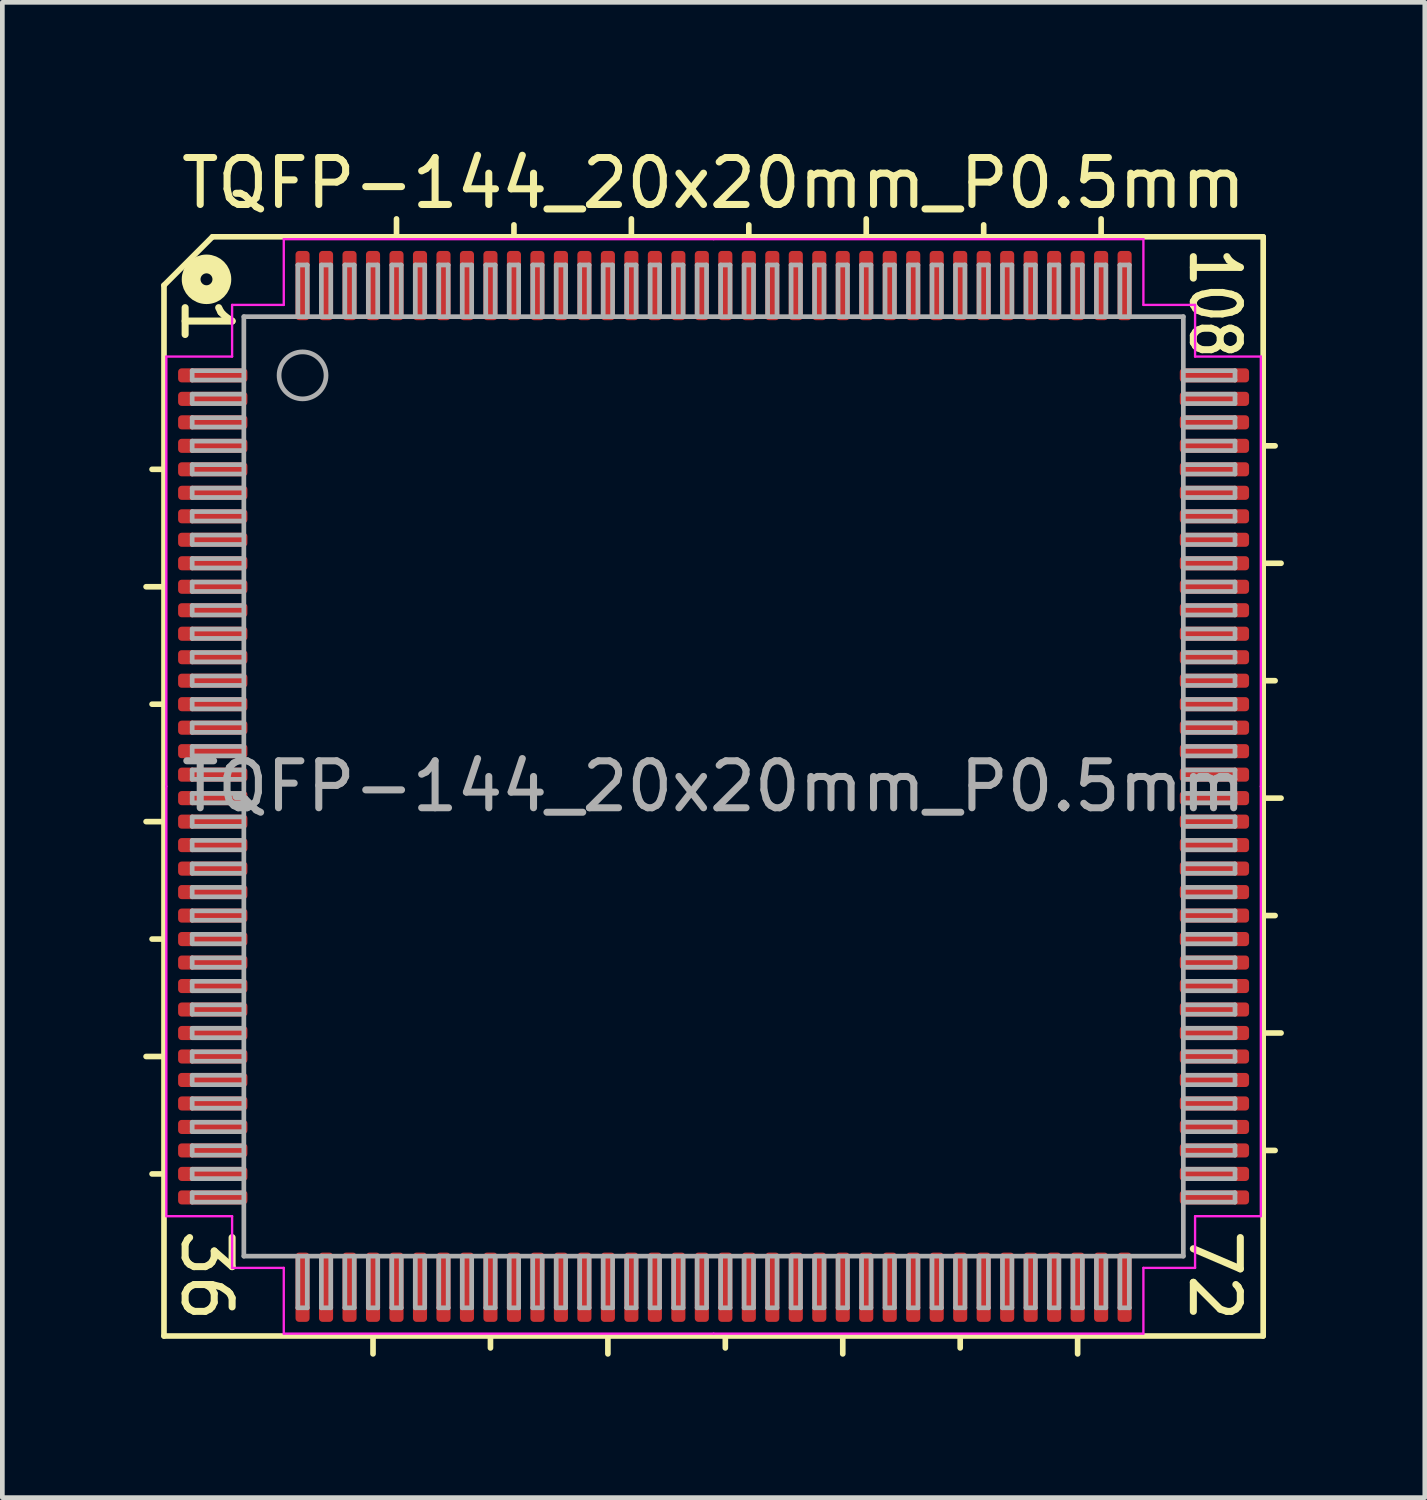
<source format=kicad_pcb>
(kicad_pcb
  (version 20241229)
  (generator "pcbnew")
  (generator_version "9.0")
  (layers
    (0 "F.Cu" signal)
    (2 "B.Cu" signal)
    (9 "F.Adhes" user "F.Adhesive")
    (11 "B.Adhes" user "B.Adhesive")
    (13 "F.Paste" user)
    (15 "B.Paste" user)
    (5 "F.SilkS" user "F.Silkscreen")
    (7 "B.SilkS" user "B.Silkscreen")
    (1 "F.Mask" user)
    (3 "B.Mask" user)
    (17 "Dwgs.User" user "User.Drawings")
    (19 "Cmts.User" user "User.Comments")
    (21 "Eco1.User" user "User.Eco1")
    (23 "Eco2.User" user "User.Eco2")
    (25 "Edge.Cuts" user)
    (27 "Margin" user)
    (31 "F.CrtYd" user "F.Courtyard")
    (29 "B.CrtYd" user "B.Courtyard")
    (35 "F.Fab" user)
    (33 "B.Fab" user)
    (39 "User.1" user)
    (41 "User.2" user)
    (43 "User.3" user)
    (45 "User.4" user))
  (footprint "TQFP-144_20x20mm_P0.5mm"
    (layer "F.Cu")
    (at 12.141 13.691)
    (property "Reference" "TQFP-144_20x20mm_P0.5mm" (at 0 -12.843 0) (layer "F.SilkS") (effects (font (size 1 1) (thickness 0.15))))
    (attr smd)
    (fp_line (start -11.7 -10.668) (end -11.7 11.7) (stroke (width 0.12) (type solid)) (layer "F.SilkS"))
    (fp_line (start -11.7 -6.75) (end -11.954 -6.75) (stroke (width 0.12) (type solid)) (layer "F.SilkS"))
    (fp_line (start -11.7 -4.25) (end -12.081 -4.25) (stroke (width 0.12) (type solid)) (layer "F.SilkS"))
    (fp_line (start -11.7 -1.75) (end -11.954 -1.75) (stroke (width 0.12) (type solid)) (layer "F.SilkS"))
    (fp_line (start -11.7 0.75) (end -12.081 0.75) (stroke (width 0.12) (type solid)) (layer "F.SilkS"))
    (fp_line (start -11.7 3.25) (end -11.954 3.25) (stroke (width 0.12) (type solid)) (layer "F.SilkS"))
    (fp_line (start -11.7 5.75) (end -12.081 5.75) (stroke (width 0.12) (type solid)) (layer "F.SilkS"))
    (fp_line (start -11.7 8.25) (end -11.954 8.25) (stroke (width 0.12) (type solid)) (layer "F.SilkS"))
    (fp_line (start -11.7 11.7) (end 11.7 11.7) (stroke (width 0.12) (type solid)) (layer "F.SilkS"))
    (fp_line (start -10.668 -11.7) (end -11.7 -10.668) (stroke (width 0.12) (type solid)) (layer "F.SilkS"))
    (fp_line (start -7.25 11.7) (end -7.25 12.081) (stroke (width 0.12) (type solid)) (layer "F.SilkS"))
    (fp_line (start -6.75 -11.7) (end -6.75 -12.081) (stroke (width 0.12) (type solid)) (layer "F.SilkS"))
    (fp_line (start -4.75 11.7) (end -4.75 11.954) (stroke (width 0.12) (type solid)) (layer "F.SilkS"))
    (fp_line (start -4.25 -11.7) (end -4.25 -11.954) (stroke (width 0.12) (type solid)) (layer "F.SilkS"))
    (fp_line (start -2.25 11.7) (end -2.25 12.081) (stroke (width 0.12) (type solid)) (layer "F.SilkS"))
    (fp_line (start -1.75 -11.7) (end -1.75 -12.081) (stroke (width 0.12) (type solid)) (layer "F.SilkS"))
    (fp_line (start 0.25 11.7) (end 0.25 11.954) (stroke (width 0.12) (type solid)) (layer "F.SilkS"))
    (fp_line (start 0.75 -11.7) (end 0.75 -11.954) (stroke (width 0.12) (type solid)) (layer "F.SilkS"))
    (fp_line (start 2.75 11.7) (end 2.75 12.081) (stroke (width 0.12) (type solid)) (layer "F.SilkS"))
    (fp_line (start 3.25 -11.7) (end 3.25 -12.081) (stroke (width 0.12) (type solid)) (layer "F.SilkS"))
    (fp_line (start 5.25 11.7) (end 5.25 11.954) (stroke (width 0.12) (type solid)) (layer "F.SilkS"))
    (fp_line (start 5.75 -11.7) (end 5.75 -11.954) (stroke (width 0.12) (type solid)) (layer "F.SilkS"))
    (fp_line (start 7.75 11.7) (end 7.75 12.081) (stroke (width 0.12) (type solid)) (layer "F.SilkS"))
    (fp_line (start 8.25 -11.7) (end 8.25 -12.081) (stroke (width 0.12) (type solid)) (layer "F.SilkS"))
    (fp_line (start 11.7 -11.7) (end -10.668 -11.7) (stroke (width 0.12) (type solid)) (layer "F.SilkS"))
    (fp_line (start 11.7 -7.25) (end 11.954 -7.25) (stroke (width 0.12) (type solid)) (layer "F.SilkS"))
    (fp_line (start 11.7 -4.75) (end 12.081 -4.75) (stroke (width 0.12) (type solid)) (layer "F.SilkS"))
    (fp_line (start 11.7 -2.25) (end 11.954 -2.25) (stroke (width 0.12) (type solid)) (layer "F.SilkS"))
    (fp_line (start 11.7 0.25) (end 12.081 0.25) (stroke (width 0.12) (type solid)) (layer "F.SilkS"))
    (fp_line (start 11.7 2.75) (end 11.954 2.75) (stroke (width 0.12) (type solid)) (layer "F.SilkS"))
    (fp_line (start 11.7 5.25) (end 12.081 5.25) (stroke (width 0.12) (type solid)) (layer "F.SilkS"))
    (fp_line (start 11.7 7.75) (end 11.954 7.75) (stroke (width 0.12) (type solid)) (layer "F.SilkS"))
    (fp_line (start 11.7 11.7) (end 11.7 -11.7) (stroke (width 0.12) (type solid)) (layer "F.SilkS"))
    (fp_circle (center -10.795 -10.795) (end -10.668 -10.795) (stroke (width 0.4) (type solid)) (fill no) (layer "F.SilkS"))
    (fp_line (start -11.65 -9.15) (end -11.65 0) (stroke (width 0.05) (type solid)) (layer "F.CrtYd"))
    (fp_line (start -11.65 9.15) (end -11.65 0) (stroke (width 0.05) (type solid)) (layer "F.CrtYd"))
    (fp_line (start -10.25 -10.25) (end -10.25 -9.15) (stroke (width 0.05) (type solid)) (layer "F.CrtYd"))
    (fp_line (start -10.25 -9.15) (end -11.65 -9.15) (stroke (width 0.05) (type solid)) (layer "F.CrtYd"))
    (fp_line (start -10.25 9.15) (end -11.65 9.15) (stroke (width 0.05) (type solid)) (layer "F.CrtYd"))
    (fp_line (start -10.25 10.25) (end -10.25 9.15) (stroke (width 0.05) (type solid)) (layer "F.CrtYd"))
    (fp_line (start -9.15 -11.65) (end -9.15 -10.25) (stroke (width 0.05) (type solid)) (layer "F.CrtYd"))
    (fp_line (start -9.15 -10.25) (end -10.25 -10.25) (stroke (width 0.05) (type solid)) (layer "F.CrtYd"))
    (fp_line (start -9.15 10.25) (end -10.25 10.25) (stroke (width 0.05) (type solid)) (layer "F.CrtYd"))
    (fp_line (start -9.15 11.65) (end -9.15 10.25) (stroke (width 0.05) (type solid)) (layer "F.CrtYd"))
    (fp_line (start 0 -11.65) (end -9.15 -11.65) (stroke (width 0.05) (type solid)) (layer "F.CrtYd"))
    (fp_line (start 0 -11.65) (end 9.15 -11.65) (stroke (width 0.05) (type solid)) (layer "F.CrtYd"))
    (fp_line (start 0 11.65) (end -9.15 11.65) (stroke (width 0.05) (type solid)) (layer "F.CrtYd"))
    (fp_line (start 0 11.65) (end 9.15 11.65) (stroke (width 0.05) (type solid)) (layer "F.CrtYd"))
    (fp_line (start 9.15 -11.65) (end 9.15 -10.25) (stroke (width 0.05) (type solid)) (layer "F.CrtYd"))
    (fp_line (start 9.15 -10.25) (end 10.25 -10.25) (stroke (width 0.05) (type solid)) (layer "F.CrtYd"))
    (fp_line (start 9.15 10.25) (end 10.25 10.25) (stroke (width 0.05) (type solid)) (layer "F.CrtYd"))
    (fp_line (start 9.15 11.65) (end 9.15 10.25) (stroke (width 0.05) (type solid)) (layer "F.CrtYd"))
    (fp_line (start 10.25 -10.25) (end 10.25 -9.15) (stroke (width 0.05) (type solid)) (layer "F.CrtYd"))
    (fp_line (start 10.25 -9.15) (end 11.65 -9.15) (stroke (width 0.05) (type solid)) (layer "F.CrtYd"))
    (fp_line (start 10.25 9.15) (end 11.65 9.15) (stroke (width 0.05) (type solid)) (layer "F.CrtYd"))
    (fp_line (start 10.25 10.25) (end 10.25 9.15) (stroke (width 0.05) (type solid)) (layer "F.CrtYd"))
    (fp_line (start 11.65 -9.15) (end 11.65 0) (stroke (width 0.05) (type solid)) (layer "F.CrtYd"))
    (fp_line (start 11.65 9.15) (end 11.65 0) (stroke (width 0.05) (type solid)) (layer "F.CrtYd"))
    (fp_line (start -11.1 -8.85) (end -11.1 -8.65) (stroke (width 0.1) (type solid)) (layer "F.Fab"))
    (fp_line (start -11.1 -8.85) (end -10 -8.85) (stroke (width 0.1) (type solid)) (layer "F.Fab"))
    (fp_line (start -11.1 -8.65) (end -10 -8.65) (stroke (width 0.1) (type solid)) (layer "F.Fab"))
    (fp_line (start -11.1 -8.35) (end -11.1 -8.15) (stroke (width 0.1) (type solid)) (layer "F.Fab"))
    (fp_line (start -11.1 -8.35) (end -10 -8.35) (stroke (width 0.1) (type solid)) (layer "F.Fab"))
    (fp_line (start -11.1 -8.15) (end -10 -8.15) (stroke (width 0.1) (type solid)) (layer "F.Fab"))
    (fp_line (start -11.1 -7.85) (end -11.1 -7.65) (stroke (width 0.1) (type solid)) (layer "F.Fab"))
    (fp_line (start -11.1 -7.85) (end -10 -7.85) (stroke (width 0.1) (type solid)) (layer "F.Fab"))
    (fp_line (start -11.1 -7.65) (end -10 -7.65) (stroke (width 0.1) (type solid)) (layer "F.Fab"))
    (fp_line (start -11.1 -7.35) (end -11.1 -7.15) (stroke (width 0.1) (type solid)) (layer "F.Fab"))
    (fp_line (start -11.1 -7.35) (end -10 -7.35) (stroke (width 0.1) (type solid)) (layer "F.Fab"))
    (fp_line (start -11.1 -7.15) (end -10 -7.15) (stroke (width 0.1) (type solid)) (layer "F.Fab"))
    (fp_line (start -11.1 -6.85) (end -11.1 -6.65) (stroke (width 0.1) (type solid)) (layer "F.Fab"))
    (fp_line (start -11.1 -6.85) (end -10 -6.85) (stroke (width 0.1) (type solid)) (layer "F.Fab"))
    (fp_line (start -11.1 -6.65) (end -10 -6.65) (stroke (width 0.1) (type solid)) (layer "F.Fab"))
    (fp_line (start -11.1 -6.35) (end -11.1 -6.15) (stroke (width 0.1) (type solid)) (layer "F.Fab"))
    (fp_line (start -11.1 -6.35) (end -10 -6.35) (stroke (width 0.1) (type solid)) (layer "F.Fab"))
    (fp_line (start -11.1 -6.15) (end -10 -6.15) (stroke (width 0.1) (type solid)) (layer "F.Fab"))
    (fp_line (start -11.1 -5.85) (end -11.1 -5.65) (stroke (width 0.1) (type solid)) (layer "F.Fab"))
    (fp_line (start -11.1 -5.85) (end -10 -5.85) (stroke (width 0.1) (type solid)) (layer "F.Fab"))
    (fp_line (start -11.1 -5.65) (end -10 -5.65) (stroke (width 0.1) (type solid)) (layer "F.Fab"))
    (fp_line (start -11.1 -5.35) (end -11.1 -5.15) (stroke (width 0.1) (type solid)) (layer "F.Fab"))
    (fp_line (start -11.1 -5.35) (end -10 -5.35) (stroke (width 0.1) (type solid)) (layer "F.Fab"))
    (fp_line (start -11.1 -5.15) (end -10 -5.15) (stroke (width 0.1) (type solid)) (layer "F.Fab"))
    (fp_line (start -11.1 -4.85) (end -11.1 -4.65) (stroke (width 0.1) (type solid)) (layer "F.Fab"))
    (fp_line (start -11.1 -4.85) (end -10 -4.85) (stroke (width 0.1) (type solid)) (layer "F.Fab"))
    (fp_line (start -11.1 -4.65) (end -10 -4.65) (stroke (width 0.1) (type solid)) (layer "F.Fab"))
    (fp_line (start -11.1 -4.35) (end -11.1 -4.15) (stroke (width 0.1) (type solid)) (layer "F.Fab"))
    (fp_line (start -11.1 -4.35) (end -10 -4.35) (stroke (width 0.1) (type solid)) (layer "F.Fab"))
    (fp_line (start -11.1 -4.15) (end -10 -4.15) (stroke (width 0.1) (type solid)) (layer "F.Fab"))
    (fp_line (start -11.1 -3.85) (end -11.1 -3.65) (stroke (width 0.1) (type solid)) (layer "F.Fab"))
    (fp_line (start -11.1 -3.85) (end -10 -3.85) (stroke (width 0.1) (type solid)) (layer "F.Fab"))
    (fp_line (start -11.1 -3.65) (end -10 -3.65) (stroke (width 0.1) (type solid)) (layer "F.Fab"))
    (fp_line (start -11.1 -3.35) (end -11.1 -3.15) (stroke (width 0.1) (type solid)) (layer "F.Fab"))
    (fp_line (start -11.1 -3.35) (end -10 -3.35) (stroke (width 0.1) (type solid)) (layer "F.Fab"))
    (fp_line (start -11.1 -3.15) (end -10 -3.15) (stroke (width 0.1) (type solid)) (layer "F.Fab"))
    (fp_line (start -11.1 -2.85) (end -11.1 -2.65) (stroke (width 0.1) (type solid)) (layer "F.Fab"))
    (fp_line (start -11.1 -2.85) (end -10 -2.85) (stroke (width 0.1) (type solid)) (layer "F.Fab"))
    (fp_line (start -11.1 -2.65) (end -10 -2.65) (stroke (width 0.1) (type solid)) (layer "F.Fab"))
    (fp_line (start -11.1 -2.35) (end -11.1 -2.15) (stroke (width 0.1) (type solid)) (layer "F.Fab"))
    (fp_line (start -11.1 -2.35) (end -10 -2.35) (stroke (width 0.1) (type solid)) (layer "F.Fab"))
    (fp_line (start -11.1 -2.15) (end -10 -2.15) (stroke (width 0.1) (type solid)) (layer "F.Fab"))
    (fp_line (start -11.1 -1.85) (end -11.1 -1.65) (stroke (width 0.1) (type solid)) (layer "F.Fab"))
    (fp_line (start -11.1 -1.85) (end -10 -1.85) (stroke (width 0.1) (type solid)) (layer "F.Fab"))
    (fp_line (start -11.1 -1.65) (end -10 -1.65) (stroke (width 0.1) (type solid)) (layer "F.Fab"))
    (fp_line (start -11.1 -1.35) (end -11.1 -1.15) (stroke (width 0.1) (type solid)) (layer "F.Fab"))
    (fp_line (start -11.1 -1.35) (end -10 -1.35) (stroke (width 0.1) (type solid)) (layer "F.Fab"))
    (fp_line (start -11.1 -1.15) (end -10 -1.15) (stroke (width 0.1) (type solid)) (layer "F.Fab"))
    (fp_line (start -11.1 -0.85) (end -11.1 -0.65) (stroke (width 0.1) (type solid)) (layer "F.Fab"))
    (fp_line (start -11.1 -0.85) (end -10 -0.85) (stroke (width 0.1) (type solid)) (layer "F.Fab"))
    (fp_line (start -11.1 -0.65) (end -10 -0.65) (stroke (width 0.1) (type solid)) (layer "F.Fab"))
    (fp_line (start -11.1 -0.35) (end -11.1 -0.15) (stroke (width 0.1) (type solid)) (layer "F.Fab"))
    (fp_line (start -11.1 -0.35) (end -10 -0.35) (stroke (width 0.1) (type solid)) (layer "F.Fab"))
    (fp_line (start -11.1 -0.15) (end -10 -0.15) (stroke (width 0.1) (type solid)) (layer "F.Fab"))
    (fp_line (start -11.1 0.15) (end -11.1 0.35) (stroke (width 0.1) (type solid)) (layer "F.Fab"))
    (fp_line (start -11.1 0.15) (end -10 0.15) (stroke (width 0.1) (type solid)) (layer "F.Fab"))
    (fp_line (start -11.1 0.35) (end -10 0.35) (stroke (width 0.1) (type solid)) (layer "F.Fab"))
    (fp_line (start -11.1 0.65) (end -11.1 0.85) (stroke (width 0.1) (type solid)) (layer "F.Fab"))
    (fp_line (start -11.1 0.65) (end -10 0.65) (stroke (width 0.1) (type solid)) (layer "F.Fab"))
    (fp_line (start -11.1 0.85) (end -10 0.85) (stroke (width 0.1) (type solid)) (layer "F.Fab"))
    (fp_line (start -11.1 1.15) (end -11.1 1.35) (stroke (width 0.1) (type solid)) (layer "F.Fab"))
    (fp_line (start -11.1 1.15) (end -10 1.15) (stroke (width 0.1) (type solid)) (layer "F.Fab"))
    (fp_line (start -11.1 1.35) (end -10 1.35) (stroke (width 0.1) (type solid)) (layer "F.Fab"))
    (fp_line (start -11.1 1.65) (end -11.1 1.85) (stroke (width 0.1) (type solid)) (layer "F.Fab"))
    (fp_line (start -11.1 1.65) (end -10 1.65) (stroke (width 0.1) (type solid)) (layer "F.Fab"))
    (fp_line (start -11.1 1.85) (end -10 1.85) (stroke (width 0.1) (type solid)) (layer "F.Fab"))
    (fp_line (start -11.1 2.15) (end -11.1 2.35) (stroke (width 0.1) (type solid)) (layer "F.Fab"))
    (fp_line (start -11.1 2.15) (end -10 2.15) (stroke (width 0.1) (type solid)) (layer "F.Fab"))
    (fp_line (start -11.1 2.35) (end -10 2.35) (stroke (width 0.1) (type solid)) (layer "F.Fab"))
    (fp_line (start -11.1 2.65) (end -11.1 2.85) (stroke (width 0.1) (type solid)) (layer "F.Fab"))
    (fp_line (start -11.1 2.65) (end -10 2.65) (stroke (width 0.1) (type solid)) (layer "F.Fab"))
    (fp_line (start -11.1 2.85) (end -10 2.85) (stroke (width 0.1) (type solid)) (layer "F.Fab"))
    (fp_line (start -11.1 3.15) (end -11.1 3.35) (stroke (width 0.1) (type solid)) (layer "F.Fab"))
    (fp_line (start -11.1 3.15) (end -10 3.15) (stroke (width 0.1) (type solid)) (layer "F.Fab"))
    (fp_line (start -11.1 3.35) (end -10 3.35) (stroke (width 0.1) (type solid)) (layer "F.Fab"))
    (fp_line (start -11.1 3.65) (end -11.1 3.85) (stroke (width 0.1) (type solid)) (layer "F.Fab"))
    (fp_line (start -11.1 3.65) (end -10 3.65) (stroke (width 0.1) (type solid)) (layer "F.Fab"))
    (fp_line (start -11.1 3.85) (end -10 3.85) (stroke (width 0.1) (type solid)) (layer "F.Fab"))
    (fp_line (start -11.1 4.15) (end -11.1 4.35) (stroke (width 0.1) (type solid)) (layer "F.Fab"))
    (fp_line (start -11.1 4.15) (end -10 4.15) (stroke (width 0.1) (type solid)) (layer "F.Fab"))
    (fp_line (start -11.1 4.35) (end -10 4.35) (stroke (width 0.1) (type solid)) (layer "F.Fab"))
    (fp_line (start -11.1 4.65) (end -11.1 4.85) (stroke (width 0.1) (type solid)) (layer "F.Fab"))
    (fp_line (start -11.1 4.65) (end -10 4.65) (stroke (width 0.1) (type solid)) (layer "F.Fab"))
    (fp_line (start -11.1 4.85) (end -10 4.85) (stroke (width 0.1) (type solid)) (layer "F.Fab"))
    (fp_line (start -11.1 5.15) (end -11.1 5.35) (stroke (width 0.1) (type solid)) (layer "F.Fab"))
    (fp_line (start -11.1 5.15) (end -10 5.15) (stroke (width 0.1) (type solid)) (layer "F.Fab"))
    (fp_line (start -11.1 5.35) (end -10 5.35) (stroke (width 0.1) (type solid)) (layer "F.Fab"))
    (fp_line (start -11.1 5.65) (end -11.1 5.85) (stroke (width 0.1) (type solid)) (layer "F.Fab"))
    (fp_line (start -11.1 5.65) (end -10 5.65) (stroke (width 0.1) (type solid)) (layer "F.Fab"))
    (fp_line (start -11.1 5.85) (end -10 5.85) (stroke (width 0.1) (type solid)) (layer "F.Fab"))
    (fp_line (start -11.1 6.15) (end -11.1 6.35) (stroke (width 0.1) (type solid)) (layer "F.Fab"))
    (fp_line (start -11.1 6.15) (end -10 6.15) (stroke (width 0.1) (type solid)) (layer "F.Fab"))
    (fp_line (start -11.1 6.35) (end -10 6.35) (stroke (width 0.1) (type solid)) (layer "F.Fab"))
    (fp_line (start -11.1 6.65) (end -11.1 6.85) (stroke (width 0.1) (type solid)) (layer "F.Fab"))
    (fp_line (start -11.1 6.65) (end -10 6.65) (stroke (width 0.1) (type solid)) (layer "F.Fab"))
    (fp_line (start -11.1 6.85) (end -10 6.85) (stroke (width 0.1) (type solid)) (layer "F.Fab"))
    (fp_line (start -11.1 7.15) (end -11.1 7.35) (stroke (width 0.1) (type solid)) (layer "F.Fab"))
    (fp_line (start -11.1 7.15) (end -10 7.15) (stroke (width 0.1) (type solid)) (layer "F.Fab"))
    (fp_line (start -11.1 7.35) (end -10 7.35) (stroke (width 0.1) (type solid)) (layer "F.Fab"))
    (fp_line (start -11.1 7.65) (end -11.1 7.85) (stroke (width 0.1) (type solid)) (layer "F.Fab"))
    (fp_line (start -11.1 7.65) (end -10 7.65) (stroke (width 0.1) (type solid)) (layer "F.Fab"))
    (fp_line (start -11.1 7.85) (end -10 7.85) (stroke (width 0.1) (type solid)) (layer "F.Fab"))
    (fp_line (start -11.1 8.15) (end -11.1 8.35) (stroke (width 0.1) (type solid)) (layer "F.Fab"))
    (fp_line (start -11.1 8.15) (end -10 8.15) (stroke (width 0.1) (type solid)) (layer "F.Fab"))
    (fp_line (start -11.1 8.35) (end -10 8.35) (stroke (width 0.1) (type solid)) (layer "F.Fab"))
    (fp_line (start -11.1 8.65) (end -11.1 8.85) (stroke (width 0.1) (type solid)) (layer "F.Fab"))
    (fp_line (start -11.1 8.65) (end -10 8.65) (stroke (width 0.1) (type solid)) (layer "F.Fab"))
    (fp_line (start -11.1 8.85) (end -10 8.85) (stroke (width 0.1) (type solid)) (layer "F.Fab"))
    (fp_line (start -10 -10) (end 10 -10) (stroke (width 0.1) (type solid)) (layer "F.Fab"))
    (fp_line (start -10 10) (end -10 -10) (stroke (width 0.1) (type solid)) (layer "F.Fab"))
    (fp_line (start -8.85 -11.1) (end -8.85 -10) (stroke (width 0.1) (type solid)) (layer "F.Fab"))
    (fp_line (start -8.85 11.1) (end -8.85 10) (stroke (width 0.1) (type solid)) (layer "F.Fab"))
    (fp_line (start -8.85 11.1) (end -8.65 11.1) (stroke (width 0.1) (type solid)) (layer "F.Fab"))
    (fp_line (start -8.65 -11.1) (end -8.85 -11.1) (stroke (width 0.1) (type solid)) (layer "F.Fab"))
    (fp_line (start -8.65 -11.1) (end -8.65 -10) (stroke (width 0.1) (type solid)) (layer "F.Fab"))
    (fp_line (start -8.65 11.1) (end -8.65 10) (stroke (width 0.1) (type solid)) (layer "F.Fab"))
    (fp_line (start -8.35 -11.1) (end -8.35 -10) (stroke (width 0.1) (type solid)) (layer "F.Fab"))
    (fp_line (start -8.35 11.1) (end -8.35 10) (stroke (width 0.1) (type solid)) (layer "F.Fab"))
    (fp_line (start -8.35 11.1) (end -8.15 11.1) (stroke (width 0.1) (type solid)) (layer "F.Fab"))
    (fp_line (start -8.15 -11.1) (end -8.35 -11.1) (stroke (width 0.1) (type solid)) (layer "F.Fab"))
    (fp_line (start -8.15 -11.1) (end -8.15 -10) (stroke (width 0.1) (type solid)) (layer "F.Fab"))
    (fp_line (start -8.15 11.1) (end -8.15 10) (stroke (width 0.1) (type solid)) (layer "F.Fab"))
    (fp_line (start -7.85 -11.1) (end -7.85 -10) (stroke (width 0.1) (type solid)) (layer "F.Fab"))
    (fp_line (start -7.85 11.1) (end -7.85 10) (stroke (width 0.1) (type solid)) (layer "F.Fab"))
    (fp_line (start -7.85 11.1) (end -7.65 11.1) (stroke (width 0.1) (type solid)) (layer "F.Fab"))
    (fp_line (start -7.65 -11.1) (end -7.85 -11.1) (stroke (width 0.1) (type solid)) (layer "F.Fab"))
    (fp_line (start -7.65 -11.1) (end -7.65 -10) (stroke (width 0.1) (type solid)) (layer "F.Fab"))
    (fp_line (start -7.65 11.1) (end -7.65 10) (stroke (width 0.1) (type solid)) (layer "F.Fab"))
    (fp_line (start -7.35 -11.1) (end -7.35 -10) (stroke (width 0.1) (type solid)) (layer "F.Fab"))
    (fp_line (start -7.35 11.1) (end -7.35 10) (stroke (width 0.1) (type solid)) (layer "F.Fab"))
    (fp_line (start -7.35 11.1) (end -7.15 11.1) (stroke (width 0.1) (type solid)) (layer "F.Fab"))
    (fp_line (start -7.15 -11.1) (end -7.35 -11.1) (stroke (width 0.1) (type solid)) (layer "F.Fab"))
    (fp_line (start -7.15 -11.1) (end -7.15 -10) (stroke (width 0.1) (type solid)) (layer "F.Fab"))
    (fp_line (start -7.15 11.1) (end -7.15 10) (stroke (width 0.1) (type solid)) (layer "F.Fab"))
    (fp_line (start -6.85 -11.1) (end -6.85 -10) (stroke (width 0.1) (type solid)) (layer "F.Fab"))
    (fp_line (start -6.85 11.1) (end -6.85 10) (stroke (width 0.1) (type solid)) (layer "F.Fab"))
    (fp_line (start -6.85 11.1) (end -6.65 11.1) (stroke (width 0.1) (type solid)) (layer "F.Fab"))
    (fp_line (start -6.65 -11.1) (end -6.85 -11.1) (stroke (width 0.1) (type solid)) (layer "F.Fab"))
    (fp_line (start -6.65 -11.1) (end -6.65 -10) (stroke (width 0.1) (type solid)) (layer "F.Fab"))
    (fp_line (start -6.65 11.1) (end -6.65 10) (stroke (width 0.1) (type solid)) (layer "F.Fab"))
    (fp_line (start -6.35 -11.1) (end -6.35 -10) (stroke (width 0.1) (type solid)) (layer "F.Fab"))
    (fp_line (start -6.35 11.1) (end -6.35 10) (stroke (width 0.1) (type solid)) (layer "F.Fab"))
    (fp_line (start -6.35 11.1) (end -6.15 11.1) (stroke (width 0.1) (type solid)) (layer "F.Fab"))
    (fp_line (start -6.15 -11.1) (end -6.35 -11.1) (stroke (width 0.1) (type solid)) (layer "F.Fab"))
    (fp_line (start -6.15 -11.1) (end -6.15 -10) (stroke (width 0.1) (type solid)) (layer "F.Fab"))
    (fp_line (start -6.15 11.1) (end -6.15 10) (stroke (width 0.1) (type solid)) (layer "F.Fab"))
    (fp_line (start -5.85 -11.1) (end -5.85 -10) (stroke (width 0.1) (type solid)) (layer "F.Fab"))
    (fp_line (start -5.85 11.1) (end -5.85 10) (stroke (width 0.1) (type solid)) (layer "F.Fab"))
    (fp_line (start -5.85 11.1) (end -5.65 11.1) (stroke (width 0.1) (type solid)) (layer "F.Fab"))
    (fp_line (start -5.65 -11.1) (end -5.85 -11.1) (stroke (width 0.1) (type solid)) (layer "F.Fab"))
    (fp_line (start -5.65 -11.1) (end -5.65 -10) (stroke (width 0.1) (type solid)) (layer "F.Fab"))
    (fp_line (start -5.65 11.1) (end -5.65 10) (stroke (width 0.1) (type solid)) (layer "F.Fab"))
    (fp_line (start -5.35 -11.1) (end -5.35 -10) (stroke (width 0.1) (type solid)) (layer "F.Fab"))
    (fp_line (start -5.35 11.1) (end -5.35 10) (stroke (width 0.1) (type solid)) (layer "F.Fab"))
    (fp_line (start -5.35 11.1) (end -5.15 11.1) (stroke (width 0.1) (type solid)) (layer "F.Fab"))
    (fp_line (start -5.15 -11.1) (end -5.35 -11.1) (stroke (width 0.1) (type solid)) (layer "F.Fab"))
    (fp_line (start -5.15 -11.1) (end -5.15 -10) (stroke (width 0.1) (type solid)) (layer "F.Fab"))
    (fp_line (start -5.15 11.1) (end -5.15 10) (stroke (width 0.1) (type solid)) (layer "F.Fab"))
    (fp_line (start -4.85 -11.1) (end -4.85 -10) (stroke (width 0.1) (type solid)) (layer "F.Fab"))
    (fp_line (start -4.85 11.1) (end -4.85 10) (stroke (width 0.1) (type solid)) (layer "F.Fab"))
    (fp_line (start -4.85 11.1) (end -4.65 11.1) (stroke (width 0.1) (type solid)) (layer "F.Fab"))
    (fp_line (start -4.65 -11.1) (end -4.85 -11.1) (stroke (width 0.1) (type solid)) (layer "F.Fab"))
    (fp_line (start -4.65 -11.1) (end -4.65 -10) (stroke (width 0.1) (type solid)) (layer "F.Fab"))
    (fp_line (start -4.65 11.1) (end -4.65 10) (stroke (width 0.1) (type solid)) (layer "F.Fab"))
    (fp_line (start -4.35 -11.1) (end -4.35 -10) (stroke (width 0.1) (type solid)) (layer "F.Fab"))
    (fp_line (start -4.35 11.1) (end -4.35 10) (stroke (width 0.1) (type solid)) (layer "F.Fab"))
    (fp_line (start -4.35 11.1) (end -4.15 11.1) (stroke (width 0.1) (type solid)) (layer "F.Fab"))
    (fp_line (start -4.15 -11.1) (end -4.35 -11.1) (stroke (width 0.1) (type solid)) (layer "F.Fab"))
    (fp_line (start -4.15 -11.1) (end -4.15 -10) (stroke (width 0.1) (type solid)) (layer "F.Fab"))
    (fp_line (start -4.15 11.1) (end -4.15 10) (stroke (width 0.1) (type solid)) (layer "F.Fab"))
    (fp_line (start -3.85 -11.1) (end -3.85 -10) (stroke (width 0.1) (type solid)) (layer "F.Fab"))
    (fp_line (start -3.85 11.1) (end -3.85 10) (stroke (width 0.1) (type solid)) (layer "F.Fab"))
    (fp_line (start -3.85 11.1) (end -3.65 11.1) (stroke (width 0.1) (type solid)) (layer "F.Fab"))
    (fp_line (start -3.65 -11.1) (end -3.85 -11.1) (stroke (width 0.1) (type solid)) (layer "F.Fab"))
    (fp_line (start -3.65 -11.1) (end -3.65 -10) (stroke (width 0.1) (type solid)) (layer "F.Fab"))
    (fp_line (start -3.65 11.1) (end -3.65 10) (stroke (width 0.1) (type solid)) (layer "F.Fab"))
    (fp_line (start -3.35 -11.1) (end -3.35 -10) (stroke (width 0.1) (type solid)) (layer "F.Fab"))
    (fp_line (start -3.35 11.1) (end -3.35 10) (stroke (width 0.1) (type solid)) (layer "F.Fab"))
    (fp_line (start -3.35 11.1) (end -3.15 11.1) (stroke (width 0.1) (type solid)) (layer "F.Fab"))
    (fp_line (start -3.15 -11.1) (end -3.35 -11.1) (stroke (width 0.1) (type solid)) (layer "F.Fab"))
    (fp_line (start -3.15 -11.1) (end -3.15 -10) (stroke (width 0.1) (type solid)) (layer "F.Fab"))
    (fp_line (start -3.15 11.1) (end -3.15 10) (stroke (width 0.1) (type solid)) (layer "F.Fab"))
    (fp_line (start -2.85 -11.1) (end -2.85 -10) (stroke (width 0.1) (type solid)) (layer "F.Fab"))
    (fp_line (start -2.85 11.1) (end -2.85 10) (stroke (width 0.1) (type solid)) (layer "F.Fab"))
    (fp_line (start -2.85 11.1) (end -2.65 11.1) (stroke (width 0.1) (type solid)) (layer "F.Fab"))
    (fp_line (start -2.65 -11.1) (end -2.85 -11.1) (stroke (width 0.1) (type solid)) (layer "F.Fab"))
    (fp_line (start -2.65 -11.1) (end -2.65 -10) (stroke (width 0.1) (type solid)) (layer "F.Fab"))
    (fp_line (start -2.65 11.1) (end -2.65 10) (stroke (width 0.1) (type solid)) (layer "F.Fab"))
    (fp_line (start -2.35 -11.1) (end -2.35 -10) (stroke (width 0.1) (type solid)) (layer "F.Fab"))
    (fp_line (start -2.35 11.1) (end -2.35 10) (stroke (width 0.1) (type solid)) (layer "F.Fab"))
    (fp_line (start -2.35 11.1) (end -2.15 11.1) (stroke (width 0.1) (type solid)) (layer "F.Fab"))
    (fp_line (start -2.15 -11.1) (end -2.35 -11.1) (stroke (width 0.1) (type solid)) (layer "F.Fab"))
    (fp_line (start -2.15 -11.1) (end -2.15 -10) (stroke (width 0.1) (type solid)) (layer "F.Fab"))
    (fp_line (start -2.15 11.1) (end -2.15 10) (stroke (width 0.1) (type solid)) (layer "F.Fab"))
    (fp_line (start -1.85 -11.1) (end -1.85 -10) (stroke (width 0.1) (type solid)) (layer "F.Fab"))
    (fp_line (start -1.85 11.1) (end -1.85 10) (stroke (width 0.1) (type solid)) (layer "F.Fab"))
    (fp_line (start -1.85 11.1) (end -1.65 11.1) (stroke (width 0.1) (type solid)) (layer "F.Fab"))
    (fp_line (start -1.65 -11.1) (end -1.85 -11.1) (stroke (width 0.1) (type solid)) (layer "F.Fab"))
    (fp_line (start -1.65 -11.1) (end -1.65 -10) (stroke (width 0.1) (type solid)) (layer "F.Fab"))
    (fp_line (start -1.65 11.1) (end -1.65 10) (stroke (width 0.1) (type solid)) (layer "F.Fab"))
    (fp_line (start -1.35 -11.1) (end -1.35 -10) (stroke (width 0.1) (type solid)) (layer "F.Fab"))
    (fp_line (start -1.35 11.1) (end -1.35 10) (stroke (width 0.1) (type solid)) (layer "F.Fab"))
    (fp_line (start -1.35 11.1) (end -1.15 11.1) (stroke (width 0.1) (type solid)) (layer "F.Fab"))
    (fp_line (start -1.15 -11.1) (end -1.35 -11.1) (stroke (width 0.1) (type solid)) (layer "F.Fab"))
    (fp_line (start -1.15 -11.1) (end -1.15 -10) (stroke (width 0.1) (type solid)) (layer "F.Fab"))
    (fp_line (start -1.15 11.1) (end -1.15 10) (stroke (width 0.1) (type solid)) (layer "F.Fab"))
    (fp_line (start -0.85 -11.1) (end -0.85 -10) (stroke (width 0.1) (type solid)) (layer "F.Fab"))
    (fp_line (start -0.85 11.1) (end -0.85 10) (stroke (width 0.1) (type solid)) (layer "F.Fab"))
    (fp_line (start -0.85 11.1) (end -0.65 11.1) (stroke (width 0.1) (type solid)) (layer "F.Fab"))
    (fp_line (start -0.65 -11.1) (end -0.85 -11.1) (stroke (width 0.1) (type solid)) (layer "F.Fab"))
    (fp_line (start -0.65 -11.1) (end -0.65 -10) (stroke (width 0.1) (type solid)) (layer "F.Fab"))
    (fp_line (start -0.65 11.1) (end -0.65 10) (stroke (width 0.1) (type solid)) (layer "F.Fab"))
    (fp_line (start -0.35 -11.1) (end -0.35 -10) (stroke (width 0.1) (type solid)) (layer "F.Fab"))
    (fp_line (start -0.35 11.1) (end -0.35 10) (stroke (width 0.1) (type solid)) (layer "F.Fab"))
    (fp_line (start -0.35 11.1) (end -0.15 11.1) (stroke (width 0.1) (type solid)) (layer "F.Fab"))
    (fp_line (start -0.15 -11.1) (end -0.35 -11.1) (stroke (width 0.1) (type solid)) (layer "F.Fab"))
    (fp_line (start -0.15 -11.1) (end -0.15 -10) (stroke (width 0.1) (type solid)) (layer "F.Fab"))
    (fp_line (start -0.15 11.1) (end -0.15 10) (stroke (width 0.1) (type solid)) (layer "F.Fab"))
    (fp_line (start 0.15 -11.1) (end 0.15 -10) (stroke (width 0.1) (type solid)) (layer "F.Fab"))
    (fp_line (start 0.15 11.1) (end 0.15 10) (stroke (width 0.1) (type solid)) (layer "F.Fab"))
    (fp_line (start 0.15 11.1) (end 0.35 11.1) (stroke (width 0.1) (type solid)) (layer "F.Fab"))
    (fp_line (start 0.35 -11.1) (end 0.15 -11.1) (stroke (width 0.1) (type solid)) (layer "F.Fab"))
    (fp_line (start 0.35 -11.1) (end 0.35 -10) (stroke (width 0.1) (type solid)) (layer "F.Fab"))
    (fp_line (start 0.35 11.1) (end 0.35 10) (stroke (width 0.1) (type solid)) (layer "F.Fab"))
    (fp_line (start 0.65 -11.1) (end 0.65 -10) (stroke (width 0.1) (type solid)) (layer "F.Fab"))
    (fp_line (start 0.65 11.1) (end 0.65 10) (stroke (width 0.1) (type solid)) (layer "F.Fab"))
    (fp_line (start 0.65 11.1) (end 0.85 11.1) (stroke (width 0.1) (type solid)) (layer "F.Fab"))
    (fp_line (start 0.85 -11.1) (end 0.65 -11.1) (stroke (width 0.1) (type solid)) (layer "F.Fab"))
    (fp_line (start 0.85 -11.1) (end 0.85 -10) (stroke (width 0.1) (type solid)) (layer "F.Fab"))
    (fp_line (start 0.85 11.1) (end 0.85 10) (stroke (width 0.1) (type solid)) (layer "F.Fab"))
    (fp_line (start 1.15 -11.1) (end 1.15 -10) (stroke (width 0.1) (type solid)) (layer "F.Fab"))
    (fp_line (start 1.15 11.1) (end 1.15 10) (stroke (width 0.1) (type solid)) (layer "F.Fab"))
    (fp_line (start 1.15 11.1) (end 1.35 11.1) (stroke (width 0.1) (type solid)) (layer "F.Fab"))
    (fp_line (start 1.35 -11.1) (end 1.15 -11.1) (stroke (width 0.1) (type solid)) (layer "F.Fab"))
    (fp_line (start 1.35 -11.1) (end 1.35 -10) (stroke (width 0.1) (type solid)) (layer "F.Fab"))
    (fp_line (start 1.35 11.1) (end 1.35 10) (stroke (width 0.1) (type solid)) (layer "F.Fab"))
    (fp_line (start 1.65 -11.1) (end 1.65 -10) (stroke (width 0.1) (type solid)) (layer "F.Fab"))
    (fp_line (start 1.65 11.1) (end 1.65 10) (stroke (width 0.1) (type solid)) (layer "F.Fab"))
    (fp_line (start 1.65 11.1) (end 1.85 11.1) (stroke (width 0.1) (type solid)) (layer "F.Fab"))
    (fp_line (start 1.85 -11.1) (end 1.65 -11.1) (stroke (width 0.1) (type solid)) (layer "F.Fab"))
    (fp_line (start 1.85 -11.1) (end 1.85 -10) (stroke (width 0.1) (type solid)) (layer "F.Fab"))
    (fp_line (start 1.85 11.1) (end 1.85 10) (stroke (width 0.1) (type solid)) (layer "F.Fab"))
    (fp_line (start 2.15 -11.1) (end 2.15 -10) (stroke (width 0.1) (type solid)) (layer "F.Fab"))
    (fp_line (start 2.15 11.1) (end 2.15 10) (stroke (width 0.1) (type solid)) (layer "F.Fab"))
    (fp_line (start 2.15 11.1) (end 2.35 11.1) (stroke (width 0.1) (type solid)) (layer "F.Fab"))
    (fp_line (start 2.35 -11.1) (end 2.15 -11.1) (stroke (width 0.1) (type solid)) (layer "F.Fab"))
    (fp_line (start 2.35 -11.1) (end 2.35 -10) (stroke (width 0.1) (type solid)) (layer "F.Fab"))
    (fp_line (start 2.35 11.1) (end 2.35 10) (stroke (width 0.1) (type solid)) (layer "F.Fab"))
    (fp_line (start 2.65 -11.1) (end 2.65 -10) (stroke (width 0.1) (type solid)) (layer "F.Fab"))
    (fp_line (start 2.65 11.1) (end 2.65 10) (stroke (width 0.1) (type solid)) (layer "F.Fab"))
    (fp_line (start 2.65 11.1) (end 2.85 11.1) (stroke (width 0.1) (type solid)) (layer "F.Fab"))
    (fp_line (start 2.85 -11.1) (end 2.65 -11.1) (stroke (width 0.1) (type solid)) (layer "F.Fab"))
    (fp_line (start 2.85 -11.1) (end 2.85 -10) (stroke (width 0.1) (type solid)) (layer "F.Fab"))
    (fp_line (start 2.85 11.1) (end 2.85 10) (stroke (width 0.1) (type solid)) (layer "F.Fab"))
    (fp_line (start 3.15 -11.1) (end 3.15 -10) (stroke (width 0.1) (type solid)) (layer "F.Fab"))
    (fp_line (start 3.15 11.1) (end 3.15 10) (stroke (width 0.1) (type solid)) (layer "F.Fab"))
    (fp_line (start 3.15 11.1) (end 3.35 11.1) (stroke (width 0.1) (type solid)) (layer "F.Fab"))
    (fp_line (start 3.35 -11.1) (end 3.15 -11.1) (stroke (width 0.1) (type solid)) (layer "F.Fab"))
    (fp_line (start 3.35 -11.1) (end 3.35 -10) (stroke (width 0.1) (type solid)) (layer "F.Fab"))
    (fp_line (start 3.35 11.1) (end 3.35 10) (stroke (width 0.1) (type solid)) (layer "F.Fab"))
    (fp_line (start 3.65 -11.1) (end 3.65 -10) (stroke (width 0.1) (type solid)) (layer "F.Fab"))
    (fp_line (start 3.65 11.1) (end 3.65 10) (stroke (width 0.1) (type solid)) (layer "F.Fab"))
    (fp_line (start 3.65 11.1) (end 3.85 11.1) (stroke (width 0.1) (type solid)) (layer "F.Fab"))
    (fp_line (start 3.85 -11.1) (end 3.65 -11.1) (stroke (width 0.1) (type solid)) (layer "F.Fab"))
    (fp_line (start 3.85 -11.1) (end 3.85 -10) (stroke (width 0.1) (type solid)) (layer "F.Fab"))
    (fp_line (start 3.85 11.1) (end 3.85 10) (stroke (width 0.1) (type solid)) (layer "F.Fab"))
    (fp_line (start 4.15 -11.1) (end 4.15 -10) (stroke (width 0.1) (type solid)) (layer "F.Fab"))
    (fp_line (start 4.15 11.1) (end 4.15 10) (stroke (width 0.1) (type solid)) (layer "F.Fab"))
    (fp_line (start 4.15 11.1) (end 4.35 11.1) (stroke (width 0.1) (type solid)) (layer "F.Fab"))
    (fp_line (start 4.35 -11.1) (end 4.15 -11.1) (stroke (width 0.1) (type solid)) (layer "F.Fab"))
    (fp_line (start 4.35 -11.1) (end 4.35 -10) (stroke (width 0.1) (type solid)) (layer "F.Fab"))
    (fp_line (start 4.35 11.1) (end 4.35 10) (stroke (width 0.1) (type solid)) (layer "F.Fab"))
    (fp_line (start 4.65 -11.1) (end 4.65 -10) (stroke (width 0.1) (type solid)) (layer "F.Fab"))
    (fp_line (start 4.65 11.1) (end 4.65 10) (stroke (width 0.1) (type solid)) (layer "F.Fab"))
    (fp_line (start 4.65 11.1) (end 4.85 11.1) (stroke (width 0.1) (type solid)) (layer "F.Fab"))
    (fp_line (start 4.85 -11.1) (end 4.65 -11.1) (stroke (width 0.1) (type solid)) (layer "F.Fab"))
    (fp_line (start 4.85 -11.1) (end 4.85 -10) (stroke (width 0.1) (type solid)) (layer "F.Fab"))
    (fp_line (start 4.85 11.1) (end 4.85 10) (stroke (width 0.1) (type solid)) (layer "F.Fab"))
    (fp_line (start 5.15 -11.1) (end 5.15 -10) (stroke (width 0.1) (type solid)) (layer "F.Fab"))
    (fp_line (start 5.15 11.1) (end 5.15 10) (stroke (width 0.1) (type solid)) (layer "F.Fab"))
    (fp_line (start 5.15 11.1) (end 5.35 11.1) (stroke (width 0.1) (type solid)) (layer "F.Fab"))
    (fp_line (start 5.35 -11.1) (end 5.15 -11.1) (stroke (width 0.1) (type solid)) (layer "F.Fab"))
    (fp_line (start 5.35 -11.1) (end 5.35 -10) (stroke (width 0.1) (type solid)) (layer "F.Fab"))
    (fp_line (start 5.35 11.1) (end 5.35 10) (stroke (width 0.1) (type solid)) (layer "F.Fab"))
    (fp_line (start 5.65 -11.1) (end 5.65 -10) (stroke (width 0.1) (type solid)) (layer "F.Fab"))
    (fp_line (start 5.65 11.1) (end 5.65 10) (stroke (width 0.1) (type solid)) (layer "F.Fab"))
    (fp_line (start 5.65 11.1) (end 5.85 11.1) (stroke (width 0.1) (type solid)) (layer "F.Fab"))
    (fp_line (start 5.85 -11.1) (end 5.65 -11.1) (stroke (width 0.1) (type solid)) (layer "F.Fab"))
    (fp_line (start 5.85 -11.1) (end 5.85 -10) (stroke (width 0.1) (type solid)) (layer "F.Fab"))
    (fp_line (start 5.85 11.1) (end 5.85 10) (stroke (width 0.1) (type solid)) (layer "F.Fab"))
    (fp_line (start 6.15 -11.1) (end 6.15 -10) (stroke (width 0.1) (type solid)) (layer "F.Fab"))
    (fp_line (start 6.15 11.1) (end 6.15 10) (stroke (width 0.1) (type solid)) (layer "F.Fab"))
    (fp_line (start 6.15 11.1) (end 6.35 11.1) (stroke (width 0.1) (type solid)) (layer "F.Fab"))
    (fp_line (start 6.35 -11.1) (end 6.15 -11.1) (stroke (width 0.1) (type solid)) (layer "F.Fab"))
    (fp_line (start 6.35 -11.1) (end 6.35 -10) (stroke (width 0.1) (type solid)) (layer "F.Fab"))
    (fp_line (start 6.35 11.1) (end 6.35 10) (stroke (width 0.1) (type solid)) (layer "F.Fab"))
    (fp_line (start 6.65 -11.1) (end 6.65 -10) (stroke (width 0.1) (type solid)) (layer "F.Fab"))
    (fp_line (start 6.65 11.1) (end 6.65 10) (stroke (width 0.1) (type solid)) (layer "F.Fab"))
    (fp_line (start 6.65 11.1) (end 6.85 11.1) (stroke (width 0.1) (type solid)) (layer "F.Fab"))
    (fp_line (start 6.85 -11.1) (end 6.65 -11.1) (stroke (width 0.1) (type solid)) (layer "F.Fab"))
    (fp_line (start 6.85 -11.1) (end 6.85 -10) (stroke (width 0.1) (type solid)) (layer "F.Fab"))
    (fp_line (start 6.85 11.1) (end 6.85 10) (stroke (width 0.1) (type solid)) (layer "F.Fab"))
    (fp_line (start 7.15 -11.1) (end 7.15 -10) (stroke (width 0.1) (type solid)) (layer "F.Fab"))
    (fp_line (start 7.15 11.1) (end 7.15 10) (stroke (width 0.1) (type solid)) (layer "F.Fab"))
    (fp_line (start 7.15 11.1) (end 7.35 11.1) (stroke (width 0.1) (type solid)) (layer "F.Fab"))
    (fp_line (start 7.35 -11.1) (end 7.15 -11.1) (stroke (width 0.1) (type solid)) (layer "F.Fab"))
    (fp_line (start 7.35 -11.1) (end 7.35 -10) (stroke (width 0.1) (type solid)) (layer "F.Fab"))
    (fp_line (start 7.35 11.1) (end 7.35 10) (stroke (width 0.1) (type solid)) (layer "F.Fab"))
    (fp_line (start 7.65 -11.1) (end 7.65 -10) (stroke (width 0.1) (type solid)) (layer "F.Fab"))
    (fp_line (start 7.65 11.1) (end 7.65 10) (stroke (width 0.1) (type solid)) (layer "F.Fab"))
    (fp_line (start 7.65 11.1) (end 7.85 11.1) (stroke (width 0.1) (type solid)) (layer "F.Fab"))
    (fp_line (start 7.85 -11.1) (end 7.65 -11.1) (stroke (width 0.1) (type solid)) (layer "F.Fab"))
    (fp_line (start 7.85 -11.1) (end 7.85 -10) (stroke (width 0.1) (type solid)) (layer "F.Fab"))
    (fp_line (start 7.85 11.1) (end 7.85 10) (stroke (width 0.1) (type solid)) (layer "F.Fab"))
    (fp_line (start 8.15 -11.1) (end 8.15 -10) (stroke (width 0.1) (type solid)) (layer "F.Fab"))
    (fp_line (start 8.15 11.1) (end 8.15 10) (stroke (width 0.1) (type solid)) (layer "F.Fab"))
    (fp_line (start 8.15 11.1) (end 8.35 11.1) (stroke (width 0.1) (type solid)) (layer "F.Fab"))
    (fp_line (start 8.35 -11.1) (end 8.15 -11.1) (stroke (width 0.1) (type solid)) (layer "F.Fab"))
    (fp_line (start 8.35 -11.1) (end 8.35 -10) (stroke (width 0.1) (type solid)) (layer "F.Fab"))
    (fp_line (start 8.35 11.1) (end 8.35 10) (stroke (width 0.1) (type solid)) (layer "F.Fab"))
    (fp_line (start 8.65 -11.1) (end 8.65 -10) (stroke (width 0.1) (type solid)) (layer "F.Fab"))
    (fp_line (start 8.65 11.1) (end 8.65 10) (stroke (width 0.1) (type solid)) (layer "F.Fab"))
    (fp_line (start 8.65 11.1) (end 8.85 11.1) (stroke (width 0.1) (type solid)) (layer "F.Fab"))
    (fp_line (start 8.85 -11.1) (end 8.65 -11.1) (stroke (width 0.1) (type solid)) (layer "F.Fab"))
    (fp_line (start 8.85 -11.1) (end 8.85 -10) (stroke (width 0.1) (type solid)) (layer "F.Fab"))
    (fp_line (start 8.85 11.1) (end 8.85 10) (stroke (width 0.1) (type solid)) (layer "F.Fab"))
    (fp_line (start 10 -10) (end 10 10) (stroke (width 0.1) (type solid)) (layer "F.Fab"))
    (fp_line (start 10 10) (end -10 10) (stroke (width 0.1) (type solid)) (layer "F.Fab"))
    (fp_line (start 11.1 -8.85) (end 10 -8.85) (stroke (width 0.1) (type solid)) (layer "F.Fab"))
    (fp_line (start 11.1 -8.65) (end 10 -8.65) (stroke (width 0.1) (type solid)) (layer "F.Fab"))
    (fp_line (start 11.1 -8.65) (end 11.1 -8.85) (stroke (width 0.1) (type solid)) (layer "F.Fab"))
    (fp_line (start 11.1 -8.35) (end 10 -8.35) (stroke (width 0.1) (type solid)) (layer "F.Fab"))
    (fp_line (start 11.1 -8.15) (end 10 -8.15) (stroke (width 0.1) (type solid)) (layer "F.Fab"))
    (fp_line (start 11.1 -8.15) (end 11.1 -8.35) (stroke (width 0.1) (type solid)) (layer "F.Fab"))
    (fp_line (start 11.1 -7.85) (end 10 -7.85) (stroke (width 0.1) (type solid)) (layer "F.Fab"))
    (fp_line (start 11.1 -7.65) (end 10 -7.65) (stroke (width 0.1) (type solid)) (layer "F.Fab"))
    (fp_line (start 11.1 -7.65) (end 11.1 -7.85) (stroke (width 0.1) (type solid)) (layer "F.Fab"))
    (fp_line (start 11.1 -7.35) (end 10 -7.35) (stroke (width 0.1) (type solid)) (layer "F.Fab"))
    (fp_line (start 11.1 -7.15) (end 10 -7.15) (stroke (width 0.1) (type solid)) (layer "F.Fab"))
    (fp_line (start 11.1 -7.15) (end 11.1 -7.35) (stroke (width 0.1) (type solid)) (layer "F.Fab"))
    (fp_line (start 11.1 -6.85) (end 10 -6.85) (stroke (width 0.1) (type solid)) (layer "F.Fab"))
    (fp_line (start 11.1 -6.65) (end 10 -6.65) (stroke (width 0.1) (type solid)) (layer "F.Fab"))
    (fp_line (start 11.1 -6.65) (end 11.1 -6.85) (stroke (width 0.1) (type solid)) (layer "F.Fab"))
    (fp_line (start 11.1 -6.35) (end 10 -6.35) (stroke (width 0.1) (type solid)) (layer "F.Fab"))
    (fp_line (start 11.1 -6.15) (end 10 -6.15) (stroke (width 0.1) (type solid)) (layer "F.Fab"))
    (fp_line (start 11.1 -6.15) (end 11.1 -6.35) (stroke (width 0.1) (type solid)) (layer "F.Fab"))
    (fp_line (start 11.1 -5.85) (end 10 -5.85) (stroke (width 0.1) (type solid)) (layer "F.Fab"))
    (fp_line (start 11.1 -5.65) (end 10 -5.65) (stroke (width 0.1) (type solid)) (layer "F.Fab"))
    (fp_line (start 11.1 -5.65) (end 11.1 -5.85) (stroke (width 0.1) (type solid)) (layer "F.Fab"))
    (fp_line (start 11.1 -5.35) (end 10 -5.35) (stroke (width 0.1) (type solid)) (layer "F.Fab"))
    (fp_line (start 11.1 -5.15) (end 10 -5.15) (stroke (width 0.1) (type solid)) (layer "F.Fab"))
    (fp_line (start 11.1 -5.15) (end 11.1 -5.35) (stroke (width 0.1) (type solid)) (layer "F.Fab"))
    (fp_line (start 11.1 -4.85) (end 10 -4.85) (stroke (width 0.1) (type solid)) (layer "F.Fab"))
    (fp_line (start 11.1 -4.65) (end 10 -4.65) (stroke (width 0.1) (type solid)) (layer "F.Fab"))
    (fp_line (start 11.1 -4.65) (end 11.1 -4.85) (stroke (width 0.1) (type solid)) (layer "F.Fab"))
    (fp_line (start 11.1 -4.35) (end 10 -4.35) (stroke (width 0.1) (type solid)) (layer "F.Fab"))
    (fp_line (start 11.1 -4.15) (end 10 -4.15) (stroke (width 0.1) (type solid)) (layer "F.Fab"))
    (fp_line (start 11.1 -4.15) (end 11.1 -4.35) (stroke (width 0.1) (type solid)) (layer "F.Fab"))
    (fp_line (start 11.1 -3.85) (end 10 -3.85) (stroke (width 0.1) (type solid)) (layer "F.Fab"))
    (fp_line (start 11.1 -3.65) (end 10 -3.65) (stroke (width 0.1) (type solid)) (layer "F.Fab"))
    (fp_line (start 11.1 -3.65) (end 11.1 -3.85) (stroke (width 0.1) (type solid)) (layer "F.Fab"))
    (fp_line (start 11.1 -3.35) (end 10 -3.35) (stroke (width 0.1) (type solid)) (layer "F.Fab"))
    (fp_line (start 11.1 -3.15) (end 10 -3.15) (stroke (width 0.1) (type solid)) (layer "F.Fab"))
    (fp_line (start 11.1 -3.15) (end 11.1 -3.35) (stroke (width 0.1) (type solid)) (layer "F.Fab"))
    (fp_line (start 11.1 -2.85) (end 10 -2.85) (stroke (width 0.1) (type solid)) (layer "F.Fab"))
    (fp_line (start 11.1 -2.65) (end 10 -2.65) (stroke (width 0.1) (type solid)) (layer "F.Fab"))
    (fp_line (start 11.1 -2.65) (end 11.1 -2.85) (stroke (width 0.1) (type solid)) (layer "F.Fab"))
    (fp_line (start 11.1 -2.35) (end 10 -2.35) (stroke (width 0.1) (type solid)) (layer "F.Fab"))
    (fp_line (start 11.1 -2.15) (end 10 -2.15) (stroke (width 0.1) (type solid)) (layer "F.Fab"))
    (fp_line (start 11.1 -2.15) (end 11.1 -2.35) (stroke (width 0.1) (type solid)) (layer "F.Fab"))
    (fp_line (start 11.1 -1.85) (end 10 -1.85) (stroke (width 0.1) (type solid)) (layer "F.Fab"))
    (fp_line (start 11.1 -1.65) (end 10 -1.65) (stroke (width 0.1) (type solid)) (layer "F.Fab"))
    (fp_line (start 11.1 -1.65) (end 11.1 -1.85) (stroke (width 0.1) (type solid)) (layer "F.Fab"))
    (fp_line (start 11.1 -1.35) (end 10 -1.35) (stroke (width 0.1) (type solid)) (layer "F.Fab"))
    (fp_line (start 11.1 -1.15) (end 10 -1.15) (stroke (width 0.1) (type solid)) (layer "F.Fab"))
    (fp_line (start 11.1 -1.15) (end 11.1 -1.35) (stroke (width 0.1) (type solid)) (layer "F.Fab"))
    (fp_line (start 11.1 -0.85) (end 10 -0.85) (stroke (width 0.1) (type solid)) (layer "F.Fab"))
    (fp_line (start 11.1 -0.65) (end 10 -0.65) (stroke (width 0.1) (type solid)) (layer "F.Fab"))
    (fp_line (start 11.1 -0.65) (end 11.1 -0.85) (stroke (width 0.1) (type solid)) (layer "F.Fab"))
    (fp_line (start 11.1 -0.35) (end 10 -0.35) (stroke (width 0.1) (type solid)) (layer "F.Fab"))
    (fp_line (start 11.1 -0.15) (end 10 -0.15) (stroke (width 0.1) (type solid)) (layer "F.Fab"))
    (fp_line (start 11.1 -0.15) (end 11.1 -0.35) (stroke (width 0.1) (type solid)) (layer "F.Fab"))
    (fp_line (start 11.1 0.15) (end 10 0.15) (stroke (width 0.1) (type solid)) (layer "F.Fab"))
    (fp_line (start 11.1 0.35) (end 10 0.35) (stroke (width 0.1) (type solid)) (layer "F.Fab"))
    (fp_line (start 11.1 0.35) (end 11.1 0.15) (stroke (width 0.1) (type solid)) (layer "F.Fab"))
    (fp_line (start 11.1 0.65) (end 10 0.65) (stroke (width 0.1) (type solid)) (layer "F.Fab"))
    (fp_line (start 11.1 0.85) (end 10 0.85) (stroke (width 0.1) (type solid)) (layer "F.Fab"))
    (fp_line (start 11.1 0.85) (end 11.1 0.65) (stroke (width 0.1) (type solid)) (layer "F.Fab"))
    (fp_line (start 11.1 1.15) (end 10 1.15) (stroke (width 0.1) (type solid)) (layer "F.Fab"))
    (fp_line (start 11.1 1.35) (end 10 1.35) (stroke (width 0.1) (type solid)) (layer "F.Fab"))
    (fp_line (start 11.1 1.35) (end 11.1 1.15) (stroke (width 0.1) (type solid)) (layer "F.Fab"))
    (fp_line (start 11.1 1.65) (end 10 1.65) (stroke (width 0.1) (type solid)) (layer "F.Fab"))
    (fp_line (start 11.1 1.85) (end 10 1.85) (stroke (width 0.1) (type solid)) (layer "F.Fab"))
    (fp_line (start 11.1 1.85) (end 11.1 1.65) (stroke (width 0.1) (type solid)) (layer "F.Fab"))
    (fp_line (start 11.1 2.15) (end 10 2.15) (stroke (width 0.1) (type solid)) (layer "F.Fab"))
    (fp_line (start 11.1 2.35) (end 10 2.35) (stroke (width 0.1) (type solid)) (layer "F.Fab"))
    (fp_line (start 11.1 2.35) (end 11.1 2.15) (stroke (width 0.1) (type solid)) (layer "F.Fab"))
    (fp_line (start 11.1 2.65) (end 10 2.65) (stroke (width 0.1) (type solid)) (layer "F.Fab"))
    (fp_line (start 11.1 2.85) (end 10 2.85) (stroke (width 0.1) (type solid)) (layer "F.Fab"))
    (fp_line (start 11.1 2.85) (end 11.1 2.65) (stroke (width 0.1) (type solid)) (layer "F.Fab"))
    (fp_line (start 11.1 3.15) (end 10 3.15) (stroke (width 0.1) (type solid)) (layer "F.Fab"))
    (fp_line (start 11.1 3.35) (end 10 3.35) (stroke (width 0.1) (type solid)) (layer "F.Fab"))
    (fp_line (start 11.1 3.35) (end 11.1 3.15) (stroke (width 0.1) (type solid)) (layer "F.Fab"))
    (fp_line (start 11.1 3.65) (end 10 3.65) (stroke (width 0.1) (type solid)) (layer "F.Fab"))
    (fp_line (start 11.1 3.85) (end 10 3.85) (stroke (width 0.1) (type solid)) (layer "F.Fab"))
    (fp_line (start 11.1 3.85) (end 11.1 3.65) (stroke (width 0.1) (type solid)) (layer "F.Fab"))
    (fp_line (start 11.1 4.15) (end 10 4.15) (stroke (width 0.1) (type solid)) (layer "F.Fab"))
    (fp_line (start 11.1 4.35) (end 10 4.35) (stroke (width 0.1) (type solid)) (layer "F.Fab"))
    (fp_line (start 11.1 4.35) (end 11.1 4.15) (stroke (width 0.1) (type solid)) (layer "F.Fab"))
    (fp_line (start 11.1 4.65) (end 10 4.65) (stroke (width 0.1) (type solid)) (layer "F.Fab"))
    (fp_line (start 11.1 4.85) (end 10 4.85) (stroke (width 0.1) (type solid)) (layer "F.Fab"))
    (fp_line (start 11.1 4.85) (end 11.1 4.65) (stroke (width 0.1) (type solid)) (layer "F.Fab"))
    (fp_line (start 11.1 5.15) (end 10 5.15) (stroke (width 0.1) (type solid)) (layer "F.Fab"))
    (fp_line (start 11.1 5.35) (end 10 5.35) (stroke (width 0.1) (type solid)) (layer "F.Fab"))
    (fp_line (start 11.1 5.35) (end 11.1 5.15) (stroke (width 0.1) (type solid)) (layer "F.Fab"))
    (fp_line (start 11.1 5.65) (end 10 5.65) (stroke (width 0.1) (type solid)) (layer "F.Fab"))
    (fp_line (start 11.1 5.85) (end 10 5.85) (stroke (width 0.1) (type solid)) (layer "F.Fab"))
    (fp_line (start 11.1 5.85) (end 11.1 5.65) (stroke (width 0.1) (type solid)) (layer "F.Fab"))
    (fp_line (start 11.1 6.15) (end 10 6.15) (stroke (width 0.1) (type solid)) (layer "F.Fab"))
    (fp_line (start 11.1 6.35) (end 10 6.35) (stroke (width 0.1) (type solid)) (layer "F.Fab"))
    (fp_line (start 11.1 6.35) (end 11.1 6.15) (stroke (width 0.1) (type solid)) (layer "F.Fab"))
    (fp_line (start 11.1 6.65) (end 10 6.65) (stroke (width 0.1) (type solid)) (layer "F.Fab"))
    (fp_line (start 11.1 6.85) (end 10 6.85) (stroke (width 0.1) (type solid)) (layer "F.Fab"))
    (fp_line (start 11.1 6.85) (end 11.1 6.65) (stroke (width 0.1) (type solid)) (layer "F.Fab"))
    (fp_line (start 11.1 7.15) (end 10 7.15) (stroke (width 0.1) (type solid)) (layer "F.Fab"))
    (fp_line (start 11.1 7.35) (end 10 7.35) (stroke (width 0.1) (type solid)) (layer "F.Fab"))
    (fp_line (start 11.1 7.35) (end 11.1 7.15) (stroke (width 0.1) (type solid)) (layer "F.Fab"))
    (fp_line (start 11.1 7.65) (end 10 7.65) (stroke (width 0.1) (type solid)) (layer "F.Fab"))
    (fp_line (start 11.1 7.85) (end 10 7.85) (stroke (width 0.1) (type solid)) (layer "F.Fab"))
    (fp_line (start 11.1 7.85) (end 11.1 7.65) (stroke (width 0.1) (type solid)) (layer "F.Fab"))
    (fp_line (start 11.1 8.15) (end 10 8.15) (stroke (width 0.1) (type solid)) (layer "F.Fab"))
    (fp_line (start 11.1 8.35) (end 10 8.35) (stroke (width 0.1) (type solid)) (layer "F.Fab"))
    (fp_line (start 11.1 8.35) (end 11.1 8.15) (stroke (width 0.1) (type solid)) (layer "F.Fab"))
    (fp_line (start 11.1 8.65) (end 10 8.65) (stroke (width 0.1) (type solid)) (layer "F.Fab"))
    (fp_line (start 11.1 8.85) (end 10 8.85) (stroke (width 0.1) (type solid)) (layer "F.Fab"))
    (fp_line (start 11.1 8.85) (end 11.1 8.65) (stroke (width 0.1) (type solid)) (layer "F.Fab"))
    (fp_circle (center -8.75 -8.75) (end -8.25 -8.75) (stroke (width 0.1) (type solid)) (fill no) (layer "F.Fab"))
    (fp_text user "108" (at 10.668 -10.287 270) (unlocked yes) (layer "F.SilkS") (effects (font (size 1 0.8) (thickness 0.15))))
    (fp_text user "1" (at -10.795 -9.906 270) (unlocked yes) (layer "F.SilkS") (effects (font (size 1 1) (thickness 0.15))))
    (fp_text user "72" (at 10.668 10.414 270) (unlocked yes) (layer "F.SilkS") (effects (font (size 1 1) (thickness 0.15))))
    (fp_text user "36" (at -10.795 10.414 270) (unlocked yes) (layer "F.SilkS") (effects (font (size 1 1) (thickness 0.15))))
    (fp_text user "${REFERENCE}" (at 0 0 0) (layer "F.Fab") (effects (font (size 1 1) (thickness 0.15))))
    (pad "1" smd roundrect (at -10.662 -8.75) (size 1.475 0.3) (layers "F.Cu" "F.Mask" "F.Paste") (roundrect_rratio 0.25))
    (pad "2" smd roundrect (at -10.662 -8.25) (size 1.475 0.3) (layers "F.Cu" "F.Mask" "F.Paste") (roundrect_rratio 0.25))
    (pad "3" smd roundrect (at -10.662 -7.75) (size 1.475 0.3) (layers "F.Cu" "F.Mask" "F.Paste") (roundrect_rratio 0.25))
    (pad "4" smd roundrect (at -10.662 -7.25) (size 1.475 0.3) (layers "F.Cu" "F.Mask" "F.Paste") (roundrect_rratio 0.25))
    (pad "5" smd roundrect (at -10.662 -6.75) (size 1.475 0.3) (layers "F.Cu" "F.Mask" "F.Paste") (roundrect_rratio 0.25))
    (pad "6" smd roundrect (at -10.662 -6.25) (size 1.475 0.3) (layers "F.Cu" "F.Mask" "F.Paste") (roundrect_rratio 0.25))
    (pad "7" smd roundrect (at -10.662 -5.75) (size 1.475 0.3) (layers "F.Cu" "F.Mask" "F.Paste") (roundrect_rratio 0.25))
    (pad "8" smd roundrect (at -10.662 -5.25) (size 1.475 0.3) (layers "F.Cu" "F.Mask" "F.Paste") (roundrect_rratio 0.25))
    (pad "9" smd roundrect (at -10.662 -4.75) (size 1.475 0.3) (layers "F.Cu" "F.Mask" "F.Paste") (roundrect_rratio 0.25))
    (pad "10" smd roundrect (at -10.662 -4.25) (size 1.475 0.3) (layers "F.Cu" "F.Mask" "F.Paste") (roundrect_rratio 0.25))
    (pad "11" smd roundrect (at -10.662 -3.75) (size 1.475 0.3) (layers "F.Cu" "F.Mask" "F.Paste") (roundrect_rratio 0.25))
    (pad "12" smd roundrect (at -10.662 -3.25) (size 1.475 0.3) (layers "F.Cu" "F.Mask" "F.Paste") (roundrect_rratio 0.25))
    (pad "13" smd roundrect (at -10.662 -2.75) (size 1.475 0.3) (layers "F.Cu" "F.Mask" "F.Paste") (roundrect_rratio 0.25))
    (pad "14" smd roundrect (at -10.662 -2.25) (size 1.475 0.3) (layers "F.Cu" "F.Mask" "F.Paste") (roundrect_rratio 0.25))
    (pad "15" smd roundrect (at -10.662 -1.75) (size 1.475 0.3) (layers "F.Cu" "F.Mask" "F.Paste") (roundrect_rratio 0.25))
    (pad "16" smd roundrect (at -10.662 -1.25) (size 1.475 0.3) (layers "F.Cu" "F.Mask" "F.Paste") (roundrect_rratio 0.25))
    (pad "17" smd roundrect (at -10.662 -0.75) (size 1.475 0.3) (layers "F.Cu" "F.Mask" "F.Paste") (roundrect_rratio 0.25))
    (pad "18" smd roundrect (at -10.662 -0.25) (size 1.475 0.3) (layers "F.Cu" "F.Mask" "F.Paste") (roundrect_rratio 0.25))
    (pad "19" smd roundrect (at -10.662 0.25) (size 1.475 0.3) (layers "F.Cu" "F.Mask" "F.Paste") (roundrect_rratio 0.25))
    (pad "20" smd roundrect (at -10.662 0.75) (size 1.475 0.3) (layers "F.Cu" "F.Mask" "F.Paste") (roundrect_rratio 0.25))
    (pad "21" smd roundrect (at -10.662 1.25) (size 1.475 0.3) (layers "F.Cu" "F.Mask" "F.Paste") (roundrect_rratio 0.25))
    (pad "22" smd roundrect (at -10.662 1.75) (size 1.475 0.3) (layers "F.Cu" "F.Mask" "F.Paste") (roundrect_rratio 0.25))
    (pad "23" smd roundrect (at -10.662 2.25) (size 1.475 0.3) (layers "F.Cu" "F.Mask" "F.Paste") (roundrect_rratio 0.25))
    (pad "24" smd roundrect (at -10.662 2.75) (size 1.475 0.3) (layers "F.Cu" "F.Mask" "F.Paste") (roundrect_rratio 0.25))
    (pad "25" smd roundrect (at -10.662 3.25) (size 1.475 0.3) (layers "F.Cu" "F.Mask" "F.Paste") (roundrect_rratio 0.25))
    (pad "26" smd roundrect (at -10.662 3.75) (size 1.475 0.3) (layers "F.Cu" "F.Mask" "F.Paste") (roundrect_rratio 0.25))
    (pad "27" smd roundrect (at -10.662 4.25) (size 1.475 0.3) (layers "F.Cu" "F.Mask" "F.Paste") (roundrect_rratio 0.25))
    (pad "28" smd roundrect (at -10.662 4.75) (size 1.475 0.3) (layers "F.Cu" "F.Mask" "F.Paste") (roundrect_rratio 0.25))
    (pad "29" smd roundrect (at -10.662 5.25) (size 1.475 0.3) (layers "F.Cu" "F.Mask" "F.Paste") (roundrect_rratio 0.25))
    (pad "30" smd roundrect (at -10.662 5.75) (size 1.475 0.3) (layers "F.Cu" "F.Mask" "F.Paste") (roundrect_rratio 0.25))
    (pad "31" smd roundrect (at -10.662 6.25) (size 1.475 0.3) (layers "F.Cu" "F.Mask" "F.Paste") (roundrect_rratio 0.25))
    (pad "32" smd roundrect (at -10.662 6.75) (size 1.475 0.3) (layers "F.Cu" "F.Mask" "F.Paste") (roundrect_rratio 0.25))
    (pad "33" smd roundrect (at -10.662 7.25) (size 1.475 0.3) (layers "F.Cu" "F.Mask" "F.Paste") (roundrect_rratio 0.25))
    (pad "34" smd roundrect (at -10.662 7.75) (size 1.475 0.3) (layers "F.Cu" "F.Mask" "F.Paste") (roundrect_rratio 0.25))
    (pad "35" smd roundrect (at -10.662 8.25) (size 1.475 0.3) (layers "F.Cu" "F.Mask" "F.Paste") (roundrect_rratio 0.25))
    (pad "36" smd roundrect (at -10.662 8.75) (size 1.475 0.3) (layers "F.Cu" "F.Mask" "F.Paste") (roundrect_rratio 0.25))
    (pad "37" smd roundrect (at -8.75 10.662) (size 0.3 1.475) (layers "F.Cu" "F.Mask" "F.Paste") (roundrect_rratio 0.25))
    (pad "38" smd roundrect (at -8.25 10.662) (size 0.3 1.475) (layers "F.Cu" "F.Mask" "F.Paste") (roundrect_rratio 0.25))
    (pad "39" smd roundrect (at -7.75 10.662) (size 0.3 1.475) (layers "F.Cu" "F.Mask" "F.Paste") (roundrect_rratio 0.25))
    (pad "40" smd roundrect (at -7.25 10.662) (size 0.3 1.475) (layers "F.Cu" "F.Mask" "F.Paste") (roundrect_rratio 0.25))
    (pad "41" smd roundrect (at -6.75 10.662) (size 0.3 1.475) (layers "F.Cu" "F.Mask" "F.Paste") (roundrect_rratio 0.25))
    (pad "42" smd roundrect (at -6.25 10.662) (size 0.3 1.475) (layers "F.Cu" "F.Mask" "F.Paste") (roundrect_rratio 0.25))
    (pad "43" smd roundrect (at -5.75 10.662) (size 0.3 1.475) (layers "F.Cu" "F.Mask" "F.Paste") (roundrect_rratio 0.25))
    (pad "44" smd roundrect (at -5.25 10.662) (size 0.3 1.475) (layers "F.Cu" "F.Mask" "F.Paste") (roundrect_rratio 0.25))
    (pad "45" smd roundrect (at -4.75 10.662) (size 0.3 1.475) (layers "F.Cu" "F.Mask" "F.Paste") (roundrect_rratio 0.25))
    (pad "46" smd roundrect (at -4.25 10.662) (size 0.3 1.475) (layers "F.Cu" "F.Mask" "F.Paste") (roundrect_rratio 0.25))
    (pad "47" smd roundrect (at -3.75 10.662) (size 0.3 1.475) (layers "F.Cu" "F.Mask" "F.Paste") (roundrect_rratio 0.25))
    (pad "48" smd roundrect (at -3.25 10.662) (size 0.3 1.475) (layers "F.Cu" "F.Mask" "F.Paste") (roundrect_rratio 0.25))
    (pad "49" smd roundrect (at -2.75 10.662) (size 0.3 1.475) (layers "F.Cu" "F.Mask" "F.Paste") (roundrect_rratio 0.25))
    (pad "50" smd roundrect (at -2.25 10.662) (size 0.3 1.475) (layers "F.Cu" "F.Mask" "F.Paste") (roundrect_rratio 0.25))
    (pad "51" smd roundrect (at -1.75 10.662) (size 0.3 1.475) (layers "F.Cu" "F.Mask" "F.Paste") (roundrect_rratio 0.25))
    (pad "52" smd roundrect (at -1.25 10.662) (size 0.3 1.475) (layers "F.Cu" "F.Mask" "F.Paste") (roundrect_rratio 0.25))
    (pad "53" smd roundrect (at -0.75 10.662) (size 0.3 1.475) (layers "F.Cu" "F.Mask" "F.Paste") (roundrect_rratio 0.25))
    (pad "54" smd roundrect (at -0.25 10.662) (size 0.3 1.475) (layers "F.Cu" "F.Mask" "F.Paste") (roundrect_rratio 0.25))
    (pad "55" smd roundrect (at 0.25 10.662) (size 0.3 1.475) (layers "F.Cu" "F.Mask" "F.Paste") (roundrect_rratio 0.25))
    (pad "56" smd roundrect (at 0.75 10.662) (size 0.3 1.475) (layers "F.Cu" "F.Mask" "F.Paste") (roundrect_rratio 0.25))
    (pad "57" smd roundrect (at 1.25 10.662) (size 0.3 1.475) (layers "F.Cu" "F.Mask" "F.Paste") (roundrect_rratio 0.25))
    (pad "58" smd roundrect (at 1.75 10.662) (size 0.3 1.475) (layers "F.Cu" "F.Mask" "F.Paste") (roundrect_rratio 0.25))
    (pad "59" smd roundrect (at 2.25 10.662) (size 0.3 1.475) (layers "F.Cu" "F.Mask" "F.Paste") (roundrect_rratio 0.25))
    (pad "60" smd roundrect (at 2.75 10.662) (size 0.3 1.475) (layers "F.Cu" "F.Mask" "F.Paste") (roundrect_rratio 0.25))
    (pad "61" smd roundrect (at 3.25 10.662) (size 0.3 1.475) (layers "F.Cu" "F.Mask" "F.Paste") (roundrect_rratio 0.25))
    (pad "62" smd roundrect (at 3.75 10.662) (size 0.3 1.475) (layers "F.Cu" "F.Mask" "F.Paste") (roundrect_rratio 0.25))
    (pad "63" smd roundrect (at 4.25 10.662) (size 0.3 1.475) (layers "F.Cu" "F.Mask" "F.Paste") (roundrect_rratio 0.25))
    (pad "64" smd roundrect (at 4.75 10.662) (size 0.3 1.475) (layers "F.Cu" "F.Mask" "F.Paste") (roundrect_rratio 0.25))
    (pad "65" smd roundrect (at 5.25 10.662) (size 0.3 1.475) (layers "F.Cu" "F.Mask" "F.Paste") (roundrect_rratio 0.25))
    (pad "66" smd roundrect (at 5.75 10.662) (size 0.3 1.475) (layers "F.Cu" "F.Mask" "F.Paste") (roundrect_rratio 0.25))
    (pad "67" smd roundrect (at 6.25 10.662) (size 0.3 1.475) (layers "F.Cu" "F.Mask" "F.Paste") (roundrect_rratio 0.25))
    (pad "68" smd roundrect (at 6.75 10.662) (size 0.3 1.475) (layers "F.Cu" "F.Mask" "F.Paste") (roundrect_rratio 0.25))
    (pad "69" smd roundrect (at 7.25 10.662) (size 0.3 1.475) (layers "F.Cu" "F.Mask" "F.Paste") (roundrect_rratio 0.25))
    (pad "70" smd roundrect (at 7.75 10.662) (size 0.3 1.475) (layers "F.Cu" "F.Mask" "F.Paste") (roundrect_rratio 0.25))
    (pad "71" smd roundrect (at 8.25 10.662) (size 0.3 1.475) (layers "F.Cu" "F.Mask" "F.Paste") (roundrect_rratio 0.25))
    (pad "72" smd roundrect (at 8.75 10.662) (size 0.3 1.475) (layers "F.Cu" "F.Mask" "F.Paste") (roundrect_rratio 0.25))
    (pad "73" smd roundrect (at 10.662 8.75) (size 1.475 0.3) (layers "F.Cu" "F.Mask" "F.Paste") (roundrect_rratio 0.25))
    (pad "74" smd roundrect (at 10.662 8.25) (size 1.475 0.3) (layers "F.Cu" "F.Mask" "F.Paste") (roundrect_rratio 0.25))
    (pad "75" smd roundrect (at 10.662 7.75) (size 1.475 0.3) (layers "F.Cu" "F.Mask" "F.Paste") (roundrect_rratio 0.25))
    (pad "76" smd roundrect (at 10.662 7.25) (size 1.475 0.3) (layers "F.Cu" "F.Mask" "F.Paste") (roundrect_rratio 0.25))
    (pad "77" smd roundrect (at 10.662 6.75) (size 1.475 0.3) (layers "F.Cu" "F.Mask" "F.Paste") (roundrect_rratio 0.25))
    (pad "78" smd roundrect (at 10.662 6.25) (size 1.475 0.3) (layers "F.Cu" "F.Mask" "F.Paste") (roundrect_rratio 0.25))
    (pad "79" smd roundrect (at 10.662 5.75) (size 1.475 0.3) (layers "F.Cu" "F.Mask" "F.Paste") (roundrect_rratio 0.25))
    (pad "80" smd roundrect (at 10.662 5.25) (size 1.475 0.3) (layers "F.Cu" "F.Mask" "F.Paste") (roundrect_rratio 0.25))
    (pad "81" smd roundrect (at 10.662 4.75) (size 1.475 0.3) (layers "F.Cu" "F.Mask" "F.Paste") (roundrect_rratio 0.25))
    (pad "82" smd roundrect (at 10.662 4.25) (size 1.475 0.3) (layers "F.Cu" "F.Mask" "F.Paste") (roundrect_rratio 0.25))
    (pad "83" smd roundrect (at 10.662 3.75) (size 1.475 0.3) (layers "F.Cu" "F.Mask" "F.Paste") (roundrect_rratio 0.25))
    (pad "84" smd roundrect (at 10.662 3.25) (size 1.475 0.3) (layers "F.Cu" "F.Mask" "F.Paste") (roundrect_rratio 0.25))
    (pad "85" smd roundrect (at 10.662 2.75) (size 1.475 0.3) (layers "F.Cu" "F.Mask" "F.Paste") (roundrect_rratio 0.25))
    (pad "86" smd roundrect (at 10.662 2.25) (size 1.475 0.3) (layers "F.Cu" "F.Mask" "F.Paste") (roundrect_rratio 0.25))
    (pad "87" smd roundrect (at 10.662 1.75) (size 1.475 0.3) (layers "F.Cu" "F.Mask" "F.Paste") (roundrect_rratio 0.25))
    (pad "88" smd roundrect (at 10.662 1.25) (size 1.475 0.3) (layers "F.Cu" "F.Mask" "F.Paste") (roundrect_rratio 0.25))
    (pad "89" smd roundrect (at 10.662 0.75) (size 1.475 0.3) (layers "F.Cu" "F.Mask" "F.Paste") (roundrect_rratio 0.25))
    (pad "90" smd roundrect (at 10.662 0.25) (size 1.475 0.3) (layers "F.Cu" "F.Mask" "F.Paste") (roundrect_rratio 0.25))
    (pad "91" smd roundrect (at 10.662 -0.25) (size 1.475 0.3) (layers "F.Cu" "F.Mask" "F.Paste") (roundrect_rratio 0.25))
    (pad "92" smd roundrect (at 10.662 -0.75) (size 1.475 0.3) (layers "F.Cu" "F.Mask" "F.Paste") (roundrect_rratio 0.25))
    (pad "93" smd roundrect (at 10.662 -1.25) (size 1.475 0.3) (layers "F.Cu" "F.Mask" "F.Paste") (roundrect_rratio 0.25))
    (pad "94" smd roundrect (at 10.662 -1.75) (size 1.475 0.3) (layers "F.Cu" "F.Mask" "F.Paste") (roundrect_rratio 0.25))
    (pad "95" smd roundrect (at 10.662 -2.25) (size 1.475 0.3) (layers "F.Cu" "F.Mask" "F.Paste") (roundrect_rratio 0.25))
    (pad "96" smd roundrect (at 10.662 -2.75) (size 1.475 0.3) (layers "F.Cu" "F.Mask" "F.Paste") (roundrect_rratio 0.25))
    (pad "97" smd roundrect (at 10.662 -3.25) (size 1.475 0.3) (layers "F.Cu" "F.Mask" "F.Paste") (roundrect_rratio 0.25))
    (pad "98" smd roundrect (at 10.662 -3.75) (size 1.475 0.3) (layers "F.Cu" "F.Mask" "F.Paste") (roundrect_rratio 0.25))
    (pad "99" smd roundrect (at 10.662 -4.25) (size 1.475 0.3) (layers "F.Cu" "F.Mask" "F.Paste") (roundrect_rratio 0.25))
    (pad "100" smd roundrect (at 10.662 -4.75) (size 1.475 0.3) (layers "F.Cu" "F.Mask" "F.Paste") (roundrect_rratio 0.25))
    (pad "101" smd roundrect (at 10.662 -5.25) (size 1.475 0.3) (layers "F.Cu" "F.Mask" "F.Paste") (roundrect_rratio 0.25))
    (pad "102" smd roundrect (at 10.662 -5.75) (size 1.475 0.3) (layers "F.Cu" "F.Mask" "F.Paste") (roundrect_rratio 0.25))
    (pad "103" smd roundrect (at 10.662 -6.25) (size 1.475 0.3) (layers "F.Cu" "F.Mask" "F.Paste") (roundrect_rratio 0.25))
    (pad "104" smd roundrect (at 10.662 -6.75) (size 1.475 0.3) (layers "F.Cu" "F.Mask" "F.Paste") (roundrect_rratio 0.25))
    (pad "105" smd roundrect (at 10.662 -7.25) (size 1.475 0.3) (layers "F.Cu" "F.Mask" "F.Paste") (roundrect_rratio 0.25))
    (pad "106" smd roundrect (at 10.662 -7.75) (size 1.475 0.3) (layers "F.Cu" "F.Mask" "F.Paste") (roundrect_rratio 0.25))
    (pad "107" smd roundrect (at 10.662 -8.25) (size 1.475 0.3) (layers "F.Cu" "F.Mask" "F.Paste") (roundrect_rratio 0.25))
    (pad "108" smd roundrect (at 10.662 -8.75) (size 1.475 0.3) (layers "F.Cu" "F.Mask" "F.Paste") (roundrect_rratio 0.25))
    (pad "109" smd roundrect (at 8.75 -10.662) (size 0.3 1.475) (layers "F.Cu" "F.Mask" "F.Paste") (roundrect_rratio 0.25))
    (pad "110" smd roundrect (at 8.25 -10.662) (size 0.3 1.475) (layers "F.Cu" "F.Mask" "F.Paste") (roundrect_rratio 0.25))
    (pad "111" smd roundrect (at 7.75 -10.662) (size 0.3 1.475) (layers "F.Cu" "F.Mask" "F.Paste") (roundrect_rratio 0.25))
    (pad "112" smd roundrect (at 7.25 -10.662) (size 0.3 1.475) (layers "F.Cu" "F.Mask" "F.Paste") (roundrect_rratio 0.25))
    (pad "113" smd roundrect (at 6.75 -10.662) (size 0.3 1.475) (layers "F.Cu" "F.Mask" "F.Paste") (roundrect_rratio 0.25))
    (pad "114" smd roundrect (at 6.25 -10.662) (size 0.3 1.475) (layers "F.Cu" "F.Mask" "F.Paste") (roundrect_rratio 0.25))
    (pad "115" smd roundrect (at 5.75 -10.662) (size 0.3 1.475) (layers "F.Cu" "F.Mask" "F.Paste") (roundrect_rratio 0.25))
    (pad "116" smd roundrect (at 5.25 -10.662) (size 0.3 1.475) (layers "F.Cu" "F.Mask" "F.Paste") (roundrect_rratio 0.25))
    (pad "117" smd roundrect (at 4.75 -10.662) (size 0.3 1.475) (layers "F.Cu" "F.Mask" "F.Paste") (roundrect_rratio 0.25))
    (pad "118" smd roundrect (at 4.25 -10.662) (size 0.3 1.475) (layers "F.Cu" "F.Mask" "F.Paste") (roundrect_rratio 0.25))
    (pad "119" smd roundrect (at 3.75 -10.662) (size 0.3 1.475) (layers "F.Cu" "F.Mask" "F.Paste") (roundrect_rratio 0.25))
    (pad "120" smd roundrect (at 3.25 -10.662) (size 0.3 1.475) (layers "F.Cu" "F.Mask" "F.Paste") (roundrect_rratio 0.25))
    (pad "121" smd roundrect (at 2.75 -10.662) (size 0.3 1.475) (layers "F.Cu" "F.Mask" "F.Paste") (roundrect_rratio 0.25))
    (pad "122" smd roundrect (at 2.25 -10.662) (size 0.3 1.475) (layers "F.Cu" "F.Mask" "F.Paste") (roundrect_rratio 0.25))
    (pad "123" smd roundrect (at 1.75 -10.662) (size 0.3 1.475) (layers "F.Cu" "F.Mask" "F.Paste") (roundrect_rratio 0.25))
    (pad "124" smd roundrect (at 1.25 -10.662) (size 0.3 1.475) (layers "F.Cu" "F.Mask" "F.Paste") (roundrect_rratio 0.25))
    (pad "125" smd roundrect (at 0.75 -10.662) (size 0.3 1.475) (layers "F.Cu" "F.Mask" "F.Paste") (roundrect_rratio 0.25))
    (pad "126" smd roundrect (at 0.25 -10.662) (size 0.3 1.475) (layers "F.Cu" "F.Mask" "F.Paste") (roundrect_rratio 0.25))
    (pad "127" smd roundrect (at -0.25 -10.662) (size 0.3 1.475) (layers "F.Cu" "F.Mask" "F.Paste") (roundrect_rratio 0.25))
    (pad "128" smd roundrect (at -0.75 -10.662) (size 0.3 1.475) (layers "F.Cu" "F.Mask" "F.Paste") (roundrect_rratio 0.25))
    (pad "129" smd roundrect (at -1.25 -10.662) (size 0.3 1.475) (layers "F.Cu" "F.Mask" "F.Paste") (roundrect_rratio 0.25))
    (pad "130" smd roundrect (at -1.75 -10.662) (size 0.3 1.475) (layers "F.Cu" "F.Mask" "F.Paste") (roundrect_rratio 0.25))
    (pad "131" smd roundrect (at -2.25 -10.662) (size 0.3 1.475) (layers "F.Cu" "F.Mask" "F.Paste") (roundrect_rratio 0.25))
    (pad "132" smd roundrect (at -2.75 -10.662) (size 0.3 1.475) (layers "F.Cu" "F.Mask" "F.Paste") (roundrect_rratio 0.25))
    (pad "133" smd roundrect (at -3.25 -10.662) (size 0.3 1.475) (layers "F.Cu" "F.Mask" "F.Paste") (roundrect_rratio 0.25))
    (pad "134" smd roundrect (at -3.75 -10.662) (size 0.3 1.475) (layers "F.Cu" "F.Mask" "F.Paste") (roundrect_rratio 0.25))
    (pad "135" smd roundrect (at -4.25 -10.662) (size 0.3 1.475) (layers "F.Cu" "F.Mask" "F.Paste") (roundrect_rratio 0.25))
    (pad "136" smd roundrect (at -4.75 -10.662) (size 0.3 1.475) (layers "F.Cu" "F.Mask" "F.Paste") (roundrect_rratio 0.25))
    (pad "137" smd roundrect (at -5.25 -10.662) (size 0.3 1.475) (layers "F.Cu" "F.Mask" "F.Paste") (roundrect_rratio 0.25))
    (pad "138" smd roundrect (at -5.75 -10.662) (size 0.3 1.475) (layers "F.Cu" "F.Mask" "F.Paste") (roundrect_rratio 0.25))
    (pad "139" smd roundrect (at -6.25 -10.662) (size 0.3 1.475) (layers "F.Cu" "F.Mask" "F.Paste") (roundrect_rratio 0.25))
    (pad "140" smd roundrect (at -6.75 -10.662) (size 0.3 1.475) (layers "F.Cu" "F.Mask" "F.Paste") (roundrect_rratio 0.25))
    (pad "141" smd roundrect (at -7.25 -10.662) (size 0.3 1.475) (layers "F.Cu" "F.Mask" "F.Paste") (roundrect_rratio 0.25))
    (pad "142" smd roundrect (at -7.75 -10.662) (size 0.3 1.475) (layers "F.Cu" "F.Mask" "F.Paste") (roundrect_rratio 0.25))
    (pad "143" smd roundrect (at -8.25 -10.662) (size 0.3 1.475) (layers "F.Cu" "F.Mask" "F.Paste") (roundrect_rratio 0.25))
    (pad "144" smd roundrect (at -8.75 -10.662) (size 0.3 1.475) (layers "F.Cu" "F.Mask" "F.Paste") (roundrect_rratio 0.25)))
  (gr_rect
    (start -3 -3)
    (end 27.282 28.832)
    (stroke (width 0.1) (type default))
    (fill no)
    (layer "Edge.Cuts")))
</source>
